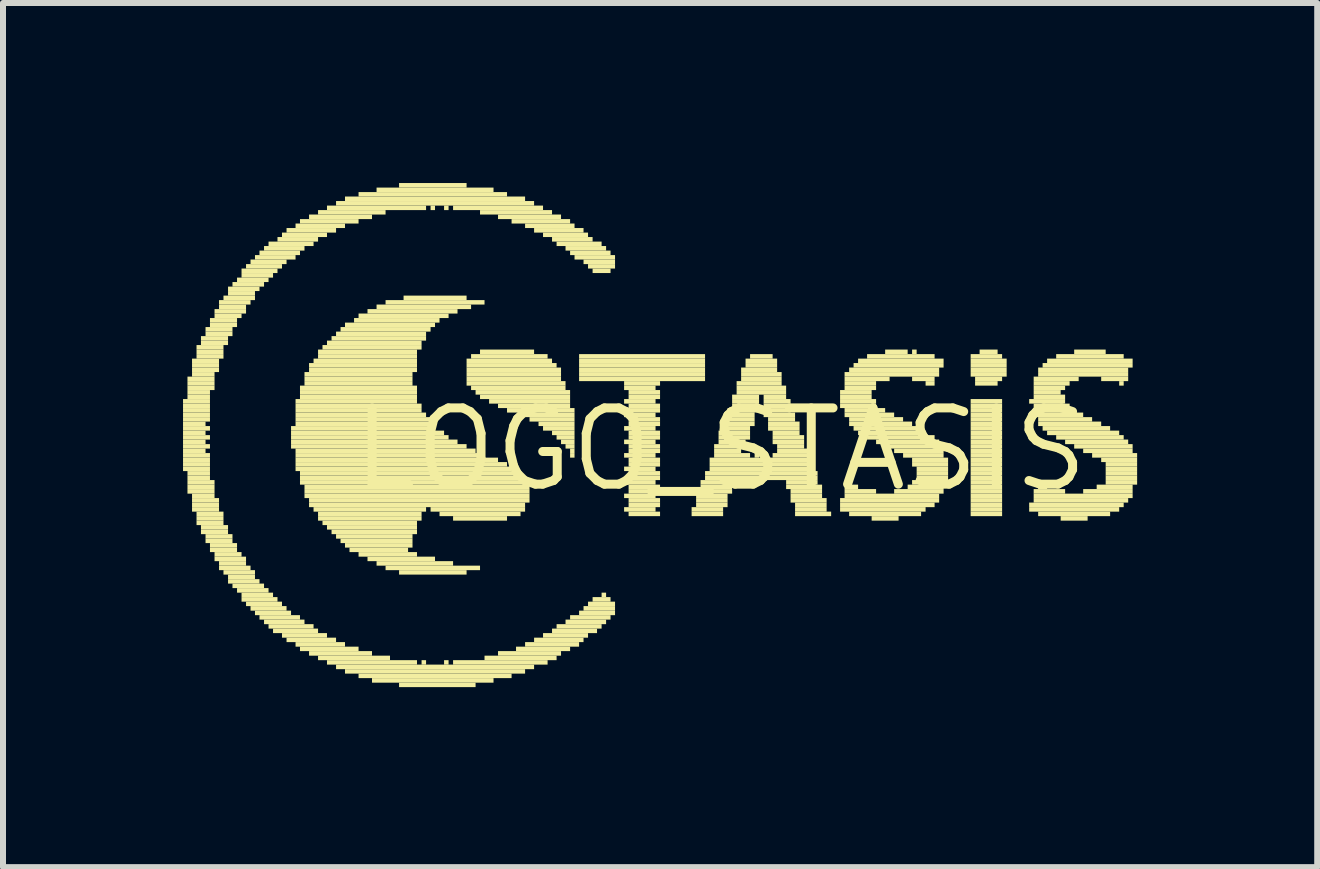
<source format=kicad_pcb>
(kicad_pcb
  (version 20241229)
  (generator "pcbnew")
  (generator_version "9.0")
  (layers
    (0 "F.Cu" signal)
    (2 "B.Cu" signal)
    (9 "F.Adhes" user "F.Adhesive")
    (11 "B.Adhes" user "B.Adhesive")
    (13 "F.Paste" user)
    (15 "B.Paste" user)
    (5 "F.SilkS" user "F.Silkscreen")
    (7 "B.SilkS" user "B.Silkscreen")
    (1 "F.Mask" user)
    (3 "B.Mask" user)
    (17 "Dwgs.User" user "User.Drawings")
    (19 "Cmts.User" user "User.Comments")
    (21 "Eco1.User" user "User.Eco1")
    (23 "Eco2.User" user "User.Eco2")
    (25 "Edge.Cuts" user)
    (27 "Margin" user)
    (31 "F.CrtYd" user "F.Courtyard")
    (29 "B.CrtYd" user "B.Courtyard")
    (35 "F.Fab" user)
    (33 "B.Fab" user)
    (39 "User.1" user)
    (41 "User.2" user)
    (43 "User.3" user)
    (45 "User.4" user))
  (footprint "LOGO_STASIS"
    (layer "F.Cu")
    (at 8.957 4.438)
    (property "Reference" "LOGO_STASIS" (at 0 0 0) (unlocked yes) (layer "F.SilkS") (effects (font (size 1.27 1.27) (thickness 0.15))))
    (fp_poly (pts (xy -8.957 -0.762) (xy -8.508 -0.762) (xy -8.508 -0.838) (xy -8.957 -0.838)) (stroke (width 0) (type default)) (fill yes) (layer "F.SilkS"))
    (fp_poly (pts (xy -8.957 -0.688) (xy -8.508 -0.688) (xy -8.508 -0.762) (xy -8.957 -0.762)) (stroke (width 0) (type default)) (fill yes) (layer "F.SilkS"))
    (fp_poly (pts (xy -8.957 -0.613) (xy -8.508 -0.613) (xy -8.508 -0.688) (xy -8.957 -0.688)) (stroke (width 0) (type default)) (fill yes) (layer "F.SilkS"))
    (fp_poly (pts (xy -8.957 -0.537) (xy -8.508 -0.537) (xy -8.508 -0.613) (xy -8.957 -0.613)) (stroke (width 0) (type default)) (fill yes) (layer "F.SilkS"))
    (fp_poly (pts (xy -8.957 -0.463) (xy -8.508 -0.463) (xy -8.508 -0.537) (xy -8.957 -0.537)) (stroke (width 0) (type default)) (fill yes) (layer "F.SilkS"))
    (fp_poly (pts (xy -8.957 -0.388) (xy -8.582 -0.388) (xy -8.582 -0.463) (xy -8.957 -0.463)) (stroke (width 0) (type default)) (fill yes) (layer "F.SilkS"))
    (fp_poly (pts (xy -8.957 -0.312) (xy -8.508 -0.312) (xy -8.508 -0.388) (xy -8.957 -0.388)) (stroke (width 0) (type default)) (fill yes) (layer "F.SilkS"))
    (fp_poly (pts (xy -8.957 -0.237) (xy -8.582 -0.237) (xy -8.582 -0.312) (xy -8.957 -0.312)) (stroke (width 0) (type default)) (fill yes) (layer "F.SilkS"))
    (fp_poly (pts (xy -8.957 -0.163) (xy -8.508 -0.163) (xy -8.508 -0.237) (xy -8.957 -0.237)) (stroke (width 0) (type default)) (fill yes) (layer "F.SilkS"))
    (fp_poly (pts (xy -8.957 -0.087) (xy -8.582 -0.087) (xy -8.582 -0.163) (xy -8.957 -0.163)) (stroke (width 0) (type default)) (fill yes) (layer "F.SilkS"))
    (fp_poly (pts (xy -8.957 -0.013) (xy -8.508 -0.013) (xy -8.508 -0.087) (xy -8.957 -0.087)) (stroke (width 0) (type default)) (fill yes) (layer "F.SilkS"))
    (fp_poly (pts (xy -8.957 0.062) (xy -8.582 0.062) (xy -8.582 -0.013) (xy -8.957 -0.013)) (stroke (width 0) (type default)) (fill yes) (layer "F.SilkS"))
    (fp_poly (pts (xy -8.957 0.138) (xy -8.508 0.138) (xy -8.508 0.062) (xy -8.957 0.062)) (stroke (width 0) (type default)) (fill yes) (layer "F.SilkS"))
    (fp_poly (pts (xy -8.957 0.212) (xy -8.508 0.212) (xy -8.508 0.138) (xy -8.957 0.138)) (stroke (width 0) (type default)) (fill yes) (layer "F.SilkS"))
    (fp_poly (pts (xy -8.957 0.287) (xy -8.508 0.287) (xy -8.508 0.212) (xy -8.957 0.212)) (stroke (width 0) (type default)) (fill yes) (layer "F.SilkS"))
    (fp_poly (pts (xy -8.957 0.362) (xy -8.508 0.362) (xy -8.508 0.287) (xy -8.957 0.287)) (stroke (width 0) (type default)) (fill yes) (layer "F.SilkS"))
    (fp_poly (pts (xy -8.883 -1.137) (xy -8.432 -1.137) (xy -8.432 -1.212) (xy -8.883 -1.212)) (stroke (width 0) (type default)) (fill yes) (layer "F.SilkS"))
    (fp_poly (pts (xy -8.883 -1.062) (xy -8.432 -1.062) (xy -8.432 -1.137) (xy -8.883 -1.137)) (stroke (width 0) (type default)) (fill yes) (layer "F.SilkS"))
    (fp_poly (pts (xy -8.883 -0.988) (xy -8.432 -0.988) (xy -8.432 -1.062) (xy -8.883 -1.062)) (stroke (width 0) (type default)) (fill yes) (layer "F.SilkS"))
    (fp_poly (pts (xy -8.883 -0.912) (xy -8.508 -0.912) (xy -8.508 -0.988) (xy -8.883 -0.988)) (stroke (width 0) (type default)) (fill yes) (layer "F.SilkS"))
    (fp_poly (pts (xy -8.883 -0.838) (xy -8.508 -0.838) (xy -8.508 -0.912) (xy -8.883 -0.912)) (stroke (width 0) (type default)) (fill yes) (layer "F.SilkS"))
    (fp_poly (pts (xy -8.883 0.438) (xy -8.508 0.438) (xy -8.508 0.362) (xy -8.883 0.362)) (stroke (width 0) (type default)) (fill yes) (layer "F.SilkS"))
    (fp_poly (pts (xy -8.883 0.512) (xy -8.508 0.512) (xy -8.508 0.438) (xy -8.883 0.438)) (stroke (width 0) (type default)) (fill yes) (layer "F.SilkS"))
    (fp_poly (pts (xy -8.883 0.588) (xy -8.432 0.588) (xy -8.432 0.512) (xy -8.883 0.512)) (stroke (width 0) (type default)) (fill yes) (layer "F.SilkS"))
    (fp_poly (pts (xy -8.883 0.662) (xy -8.432 0.662) (xy -8.432 0.588) (xy -8.883 0.588)) (stroke (width 0) (type default)) (fill yes) (layer "F.SilkS"))
    (fp_poly (pts (xy -8.883 0.738) (xy -8.432 0.738) (xy -8.432 0.662) (xy -8.883 0.662)) (stroke (width 0) (type default)) (fill yes) (layer "F.SilkS"))
    (fp_poly (pts (xy -8.807 -1.438) (xy -8.357 -1.438) (xy -8.357 -1.512) (xy -8.807 -1.512)) (stroke (width 0) (type default)) (fill yes) (layer "F.SilkS"))
    (fp_poly (pts (xy -8.807 -1.363) (xy -8.357 -1.363) (xy -8.357 -1.438) (xy -8.807 -1.438)) (stroke (width 0) (type default)) (fill yes) (layer "F.SilkS"))
    (fp_poly (pts (xy -8.807 -1.288) (xy -8.357 -1.288) (xy -8.357 -1.363) (xy -8.807 -1.363)) (stroke (width 0) (type default)) (fill yes) (layer "F.SilkS"))
    (fp_poly (pts (xy -8.807 -1.212) (xy -8.432 -1.212) (xy -8.432 -1.288) (xy -8.807 -1.288)) (stroke (width 0) (type default)) (fill yes) (layer "F.SilkS"))
    (fp_poly (pts (xy -8.807 0.812) (xy -8.432 0.812) (xy -8.432 0.738) (xy -8.807 0.738)) (stroke (width 0) (type default)) (fill yes) (layer "F.SilkS"))
    (fp_poly (pts (xy -8.807 0.887) (xy -8.357 0.887) (xy -8.357 0.812) (xy -8.807 0.812)) (stroke (width 0) (type default)) (fill yes) (layer "F.SilkS"))
    (fp_poly (pts (xy -8.807 0.963) (xy -8.357 0.963) (xy -8.357 0.887) (xy -8.807 0.887)) (stroke (width 0) (type default)) (fill yes) (layer "F.SilkS"))
    (fp_poly (pts (xy -8.807 1.038) (xy -8.357 1.038) (xy -8.357 0.963) (xy -8.807 0.963)) (stroke (width 0) (type default)) (fill yes) (layer "F.SilkS"))
    (fp_poly (pts (xy -8.732 -1.663) (xy -8.283 -1.663) (xy -8.283 -1.738) (xy -8.732 -1.738)) (stroke (width 0) (type default)) (fill yes) (layer "F.SilkS"))
    (fp_poly (pts (xy -8.732 -1.587) (xy -8.283 -1.587) (xy -8.283 -1.663) (xy -8.732 -1.663)) (stroke (width 0) (type default)) (fill yes) (layer "F.SilkS"))
    (fp_poly (pts (xy -8.732 -1.512) (xy -8.283 -1.512) (xy -8.283 -1.587) (xy -8.732 -1.587)) (stroke (width 0) (type default)) (fill yes) (layer "F.SilkS"))
    (fp_poly (pts (xy -8.732 1.113) (xy -8.283 1.113) (xy -8.283 1.038) (xy -8.732 1.038)) (stroke (width 0) (type default)) (fill yes) (layer "F.SilkS"))
    (fp_poly (pts (xy -8.732 1.188) (xy -8.283 1.188) (xy -8.283 1.113) (xy -8.732 1.113)) (stroke (width 0) (type default)) (fill yes) (layer "F.SilkS"))
    (fp_poly (pts (xy -8.732 1.262) (xy -8.283 1.262) (xy -8.283 1.188) (xy -8.732 1.188)) (stroke (width 0) (type default)) (fill yes) (layer "F.SilkS"))
    (fp_poly (pts (xy -8.658 -1.812) (xy -8.207 -1.812) (xy -8.207 -1.887) (xy -8.658 -1.887)) (stroke (width 0) (type default)) (fill yes) (layer "F.SilkS"))
    (fp_poly (pts (xy -8.658 -1.738) (xy -8.207 -1.738) (xy -8.207 -1.812) (xy -8.658 -1.812)) (stroke (width 0) (type default)) (fill yes) (layer "F.SilkS"))
    (fp_poly (pts (xy -8.658 1.337) (xy -8.207 1.337) (xy -8.207 1.262) (xy -8.658 1.262)) (stroke (width 0) (type default)) (fill yes) (layer "F.SilkS"))
    (fp_poly (pts (xy -8.658 1.413) (xy -8.207 1.413) (xy -8.207 1.337) (xy -8.658 1.337)) (stroke (width 0) (type default)) (fill yes) (layer "F.SilkS"))
    (fp_poly (pts (xy -8.582 -1.962) (xy -8.133 -1.962) (xy -8.133 -2.038) (xy -8.582 -2.038)) (stroke (width 0) (type default)) (fill yes) (layer "F.SilkS"))
    (fp_poly (pts (xy -8.582 -1.887) (xy -8.133 -1.887) (xy -8.133 -1.962) (xy -8.582 -1.962)) (stroke (width 0) (type default)) (fill yes) (layer "F.SilkS"))
    (fp_poly (pts (xy -8.582 1.488) (xy -8.133 1.488) (xy -8.133 1.413) (xy -8.582 1.413)) (stroke (width 0) (type default)) (fill yes) (layer "F.SilkS"))
    (fp_poly (pts (xy -8.582 1.562) (xy -8.133 1.562) (xy -8.133 1.488) (xy -8.582 1.488)) (stroke (width 0) (type default)) (fill yes) (layer "F.SilkS"))
    (fp_poly (pts (xy -8.508 -2.112) (xy -8.057 -2.112) (xy -8.057 -2.188) (xy -8.508 -2.188)) (stroke (width 0) (type default)) (fill yes) (layer "F.SilkS"))
    (fp_poly (pts (xy -8.508 -2.038) (xy -8.057 -2.038) (xy -8.057 -2.112) (xy -8.508 -2.112)) (stroke (width 0) (type default)) (fill yes) (layer "F.SilkS"))
    (fp_poly (pts (xy -8.508 1.637) (xy -8.057 1.637) (xy -8.057 1.562) (xy -8.508 1.562)) (stroke (width 0) (type default)) (fill yes) (layer "F.SilkS"))
    (fp_poly (pts (xy -8.508 1.712) (xy -8.057 1.712) (xy -8.057 1.637) (xy -8.508 1.637)) (stroke (width 0) (type default)) (fill yes) (layer "F.SilkS"))
    (fp_poly (pts (xy -8.432 -2.263) (xy -7.907 -2.263) (xy -7.907 -2.337) (xy -8.432 -2.337)) (stroke (width 0) (type default)) (fill yes) (layer "F.SilkS"))
    (fp_poly (pts (xy -8.432 -2.188) (xy -7.982 -2.188) (xy -7.982 -2.263) (xy -8.432 -2.263)) (stroke (width 0) (type default)) (fill yes) (layer "F.SilkS"))
    (fp_poly (pts (xy -8.432 1.788) (xy -7.982 1.788) (xy -7.982 1.712) (xy -8.432 1.712)) (stroke (width 0) (type default)) (fill yes) (layer "F.SilkS"))
    (fp_poly (pts (xy -8.432 1.863) (xy -7.907 1.863) (xy -7.907 1.788) (xy -8.432 1.788)) (stroke (width 0) (type default)) (fill yes) (layer "F.SilkS"))
    (fp_poly (pts (xy -8.357 -2.413) (xy -7.832 -2.413) (xy -7.832 -2.487) (xy -8.357 -2.487)) (stroke (width 0) (type default)) (fill yes) (layer "F.SilkS"))
    (fp_poly (pts (xy -8.357 -2.337) (xy -7.907 -2.337) (xy -7.907 -2.413) (xy -8.357 -2.413)) (stroke (width 0) (type default)) (fill yes) (layer "F.SilkS"))
    (fp_poly (pts (xy -8.357 1.938) (xy -7.907 1.938) (xy -7.907 1.863) (xy -8.357 1.863)) (stroke (width 0) (type default)) (fill yes) (layer "F.SilkS"))
    (fp_poly (pts (xy -8.357 2.013) (xy -7.832 2.013) (xy -7.832 1.938) (xy -8.357 1.938)) (stroke (width 0) (type default)) (fill yes) (layer "F.SilkS"))
    (fp_poly (pts (xy -8.283 -2.487) (xy -7.758 -2.487) (xy -7.758 -2.562) (xy -8.283 -2.562)) (stroke (width 0) (type default)) (fill yes) (layer "F.SilkS"))
    (fp_poly (pts (xy -8.283 2.087) (xy -7.758 2.087) (xy -7.758 2.013) (xy -8.283 2.013)) (stroke (width 0) (type default)) (fill yes) (layer "F.SilkS"))
    (fp_poly (pts (xy -8.207 -2.638) (xy -7.683 -2.638) (xy -7.683 -2.712) (xy -8.207 -2.712)) (stroke (width 0) (type default)) (fill yes) (layer "F.SilkS"))
    (fp_poly (pts (xy -8.207 -2.562) (xy -7.758 -2.562) (xy -7.758 -2.638) (xy -8.207 -2.638)) (stroke (width 0) (type default)) (fill yes) (layer "F.SilkS"))
    (fp_poly (pts (xy -8.207 2.163) (xy -7.758 2.163) (xy -7.758 2.087) (xy -8.207 2.087)) (stroke (width 0) (type default)) (fill yes) (layer "F.SilkS"))
    (fp_poly (pts (xy -8.207 2.237) (xy -7.683 2.237) (xy -7.683 2.163) (xy -8.207 2.163)) (stroke (width 0) (type default)) (fill yes) (layer "F.SilkS"))
    (fp_poly (pts (xy -8.133 -2.712) (xy -7.607 -2.712) (xy -7.607 -2.788) (xy -8.133 -2.788)) (stroke (width 0) (type default)) (fill yes) (layer "F.SilkS"))
    (fp_poly (pts (xy -8.133 2.312) (xy -7.607 2.312) (xy -7.607 2.237) (xy -8.133 2.237)) (stroke (width 0) (type default)) (fill yes) (layer "F.SilkS"))
    (fp_poly (pts (xy -8.057 -2.788) (xy -7.532 -2.788) (xy -7.532 -2.862) (xy -8.057 -2.862)) (stroke (width 0) (type default)) (fill yes) (layer "F.SilkS"))
    (fp_poly (pts (xy -8.057 2.388) (xy -7.532 2.388) (xy -7.532 2.312) (xy -8.057 2.312)) (stroke (width 0) (type default)) (fill yes) (layer "F.SilkS"))
    (fp_poly (pts (xy -7.982 -2.938) (xy -7.383 -2.938) (xy -7.383 -3.013) (xy -7.982 -3.013)) (stroke (width 0) (type default)) (fill yes) (layer "F.SilkS"))
    (fp_poly (pts (xy -7.982 -2.862) (xy -7.457 -2.862) (xy -7.457 -2.938) (xy -7.982 -2.938)) (stroke (width 0) (type default)) (fill yes) (layer "F.SilkS"))
    (fp_poly (pts (xy -7.982 2.462) (xy -7.457 2.462) (xy -7.457 2.388) (xy -7.982 2.388)) (stroke (width 0) (type default)) (fill yes) (layer "F.SilkS"))
    (fp_poly (pts (xy -7.982 2.538) (xy -7.383 2.538) (xy -7.383 2.462) (xy -7.982 2.462)) (stroke (width 0) (type default)) (fill yes) (layer "F.SilkS"))
    (fp_poly (pts (xy -7.907 -3.013) (xy -7.308 -3.013) (xy -7.308 -3.087) (xy -7.907 -3.087)) (stroke (width 0) (type default)) (fill yes) (layer "F.SilkS"))
    (fp_poly (pts (xy -7.907 2.612) (xy -7.308 2.612) (xy -7.308 2.538) (xy -7.907 2.538)) (stroke (width 0) (type default)) (fill yes) (layer "F.SilkS"))
    (fp_poly (pts (xy -7.832 -3.087) (xy -7.232 -3.087) (xy -7.232 -3.163) (xy -7.832 -3.163)) (stroke (width 0) (type default)) (fill yes) (layer "F.SilkS"))
    (fp_poly (pts (xy -7.832 2.688) (xy -7.232 2.688) (xy -7.232 2.612) (xy -7.832 2.612)) (stroke (width 0) (type default)) (fill yes) (layer "F.SilkS"))
    (fp_poly (pts (xy -7.758 -3.163) (xy -7.082 -3.163) (xy -7.082 -3.237) (xy -7.758 -3.237)) (stroke (width 0) (type default)) (fill yes) (layer "F.SilkS"))
    (fp_poly (pts (xy -7.758 2.763) (xy -7.157 2.763) (xy -7.157 2.688) (xy -7.758 2.688)) (stroke (width 0) (type default)) (fill yes) (layer "F.SilkS"))
    (fp_poly (pts (xy -7.683 -3.237) (xy -7.008 -3.237) (xy -7.008 -3.312) (xy -7.683 -3.312)) (stroke (width 0) (type default)) (fill yes) (layer "F.SilkS"))
    (fp_poly (pts (xy -7.683 2.837) (xy -7.008 2.837) (xy -7.008 2.763) (xy -7.683 2.763)) (stroke (width 0) (type default)) (fill yes) (layer "F.SilkS"))
    (fp_poly (pts (xy -7.607 -3.312) (xy -6.933 -3.312) (xy -6.933 -3.388) (xy -7.607 -3.388)) (stroke (width 0) (type default)) (fill yes) (layer "F.SilkS"))
    (fp_poly (pts (xy -7.607 2.913) (xy -6.933 2.913) (xy -6.933 2.837) (xy -7.607 2.837)) (stroke (width 0) (type default)) (fill yes) (layer "F.SilkS"))
    (fp_poly (pts (xy -7.532 -3.388) (xy -6.782 -3.388) (xy -6.782 -3.462) (xy -7.532 -3.462)) (stroke (width 0) (type default)) (fill yes) (layer "F.SilkS"))
    (fp_poly (pts (xy -7.532 2.987) (xy -6.782 2.987) (xy -6.782 2.913) (xy -7.532 2.913)) (stroke (width 0) (type default)) (fill yes) (layer "F.SilkS"))
    (fp_poly (pts (xy -7.457 3.062) (xy -6.707 3.062) (xy -6.707 2.987) (xy -7.457 2.987)) (stroke (width 0) (type default)) (fill yes) (layer "F.SilkS"))
    (fp_poly (pts (xy -7.383 -3.462) (xy -6.707 -3.462) (xy -6.707 -3.538) (xy -7.383 -3.538)) (stroke (width 0) (type default)) (fill yes) (layer "F.SilkS"))
    (fp_poly (pts (xy -7.308 -3.538) (xy -6.558 -3.538) (xy -6.558 -3.612) (xy -7.308 -3.612)) (stroke (width 0) (type default)) (fill yes) (layer "F.SilkS"))
    (fp_poly (pts (xy -7.308 3.138) (xy -6.558 3.138) (xy -6.558 3.062) (xy -7.308 3.062)) (stroke (width 0) (type default)) (fill yes) (layer "F.SilkS"))
    (fp_poly (pts (xy -7.232 -3.612) (xy -6.407 -3.612) (xy -6.407 -3.688) (xy -7.232 -3.688)) (stroke (width 0) (type default)) (fill yes) (layer "F.SilkS"))
    (fp_poly (pts (xy -7.232 3.212) (xy -6.407 3.212) (xy -6.407 3.138) (xy -7.232 3.138)) (stroke (width 0) (type default)) (fill yes) (layer "F.SilkS"))
    (fp_poly (pts (xy -7.157 -0.312) (xy -4.758 -0.312) (xy -4.758 -0.388) (xy -7.157 -0.388)) (stroke (width 0) (type default)) (fill yes) (layer "F.SilkS"))
    (fp_poly (pts (xy -7.157 -0.237) (xy -4.607 -0.237) (xy -4.607 -0.312) (xy -7.157 -0.312)) (stroke (width 0) (type default)) (fill yes) (layer "F.SilkS"))
    (fp_poly (pts (xy -7.157 -0.163) (xy -4.532 -0.163) (xy -4.532 -0.237) (xy -7.157 -0.237)) (stroke (width 0) (type default)) (fill yes) (layer "F.SilkS"))
    (fp_poly (pts (xy -7.157 -0.087) (xy -4.383 -0.087) (xy -4.383 -0.163) (xy -7.157 -0.163)) (stroke (width 0) (type default)) (fill yes) (layer "F.SilkS"))
    (fp_poly (pts (xy -7.157 -0.013) (xy -4.232 -0.013) (xy -4.232 -0.087) (xy -7.157 -0.087)) (stroke (width 0) (type default)) (fill yes) (layer "F.SilkS"))
    (fp_poly (pts (xy -7.082 -3.688) (xy -6.258 -3.688) (xy -6.258 -3.763) (xy -7.082 -3.763)) (stroke (width 0) (type default)) (fill yes) (layer "F.SilkS"))
    (fp_poly (pts (xy -7.082 -0.762) (xy -5.058 -0.762) (xy -5.058 -0.838) (xy -7.082 -0.838)) (stroke (width 0) (type default)) (fill yes) (layer "F.SilkS"))
    (fp_poly (pts (xy -7.082 -0.688) (xy -4.982 -0.688) (xy -4.982 -0.762) (xy -7.082 -0.762)) (stroke (width 0) (type default)) (fill yes) (layer "F.SilkS"))
    (fp_poly (pts (xy -7.082 -0.613) (xy -4.982 -0.613) (xy -4.982 -0.688) (xy -7.082 -0.688)) (stroke (width 0) (type default)) (fill yes) (layer "F.SilkS"))
    (fp_poly (pts (xy -7.082 -0.537) (xy -4.907 -0.537) (xy -4.907 -0.613) (xy -7.082 -0.613)) (stroke (width 0) (type default)) (fill yes) (layer "F.SilkS"))
    (fp_poly (pts (xy -7.082 -0.463) (xy -4.832 -0.463) (xy -4.832 -0.537) (xy -7.082 -0.537)) (stroke (width 0) (type default)) (fill yes) (layer "F.SilkS"))
    (fp_poly (pts (xy -7.082 -0.388) (xy -4.832 -0.388) (xy -4.832 -0.463) (xy -7.082 -0.463)) (stroke (width 0) (type default)) (fill yes) (layer "F.SilkS"))
    (fp_poly (pts (xy -7.082 0.062) (xy -4.082 0.062) (xy -4.082 -0.013) (xy -7.082 -0.013)) (stroke (width 0) (type default)) (fill yes) (layer "F.SilkS"))
    (fp_poly (pts (xy -7.082 0.138) (xy -3.933 0.138) (xy -3.933 0.062) (xy -7.082 0.062)) (stroke (width 0) (type default)) (fill yes) (layer "F.SilkS"))
    (fp_poly (pts (xy -7.082 0.212) (xy -3.708 0.212) (xy -3.708 0.138) (xy -7.082 0.138)) (stroke (width 0) (type default)) (fill yes) (layer "F.SilkS"))
    (fp_poly (pts (xy -7.082 0.287) (xy -3.558 0.287) (xy -3.558 0.212) (xy -7.082 0.212)) (stroke (width 0) (type default)) (fill yes) (layer "F.SilkS"))
    (fp_poly (pts (xy -7.082 0.362) (xy -3.482 0.362) (xy -3.482 0.287) (xy -7.082 0.287)) (stroke (width 0) (type default)) (fill yes) (layer "F.SilkS"))
    (fp_poly (pts (xy -7.082 3.288) (xy -6.258 3.288) (xy -6.258 3.212) (xy -7.082 3.212)) (stroke (width 0) (type default)) (fill yes) (layer "F.SilkS"))
    (fp_poly (pts (xy -7.008 -3.763) (xy -6.032 -3.763) (xy -6.032 -3.837) (xy -7.008 -3.837)) (stroke (width 0) (type default)) (fill yes) (layer "F.SilkS"))
    (fp_poly (pts (xy -7.008 -0.988) (xy -5.058 -0.988) (xy -5.058 -1.062) (xy -7.008 -1.062)) (stroke (width 0) (type default)) (fill yes) (layer "F.SilkS"))
    (fp_poly (pts (xy -7.008 -0.912) (xy -5.058 -0.912) (xy -5.058 -0.988) (xy -7.008 -0.988)) (stroke (width 0) (type default)) (fill yes) (layer "F.SilkS"))
    (fp_poly (pts (xy -7.008 -0.838) (xy -5.058 -0.838) (xy -5.058 -0.912) (xy -7.008 -0.912)) (stroke (width 0) (type default)) (fill yes) (layer "F.SilkS"))
    (fp_poly (pts (xy -7.008 0.438) (xy -3.333 0.438) (xy -3.333 0.362) (xy -7.008 0.362)) (stroke (width 0) (type default)) (fill yes) (layer "F.SilkS"))
    (fp_poly (pts (xy -7.008 0.512) (xy -3.257 0.512) (xy -3.257 0.438) (xy -7.008 0.438)) (stroke (width 0) (type default)) (fill yes) (layer "F.SilkS"))
    (fp_poly (pts (xy -7.008 0.588) (xy -3.257 0.588) (xy -3.257 0.512) (xy -7.008 0.512)) (stroke (width 0) (type default)) (fill yes) (layer "F.SilkS"))
    (fp_poly (pts (xy -7.008 3.362) (xy -6.032 3.362) (xy -6.032 3.288) (xy -7.008 3.288)) (stroke (width 0) (type default)) (fill yes) (layer "F.SilkS"))
    (fp_poly (pts (xy -6.933 -1.212) (xy -5.133 -1.212) (xy -5.133 -1.288) (xy -6.933 -1.288)) (stroke (width 0) (type default)) (fill yes) (layer "F.SilkS"))
    (fp_poly (pts (xy -6.933 -1.137) (xy -5.133 -1.137) (xy -5.133 -1.212) (xy -6.933 -1.212)) (stroke (width 0) (type default)) (fill yes) (layer "F.SilkS"))
    (fp_poly (pts (xy -6.933 -1.062) (xy -5.133 -1.062) (xy -5.133 -1.137) (xy -6.933 -1.137)) (stroke (width 0) (type default)) (fill yes) (layer "F.SilkS"))
    (fp_poly (pts (xy -6.933 0.662) (xy -3.183 0.662) (xy -3.183 0.588) (xy -6.933 0.588)) (stroke (width 0) (type default)) (fill yes) (layer "F.SilkS"))
    (fp_poly (pts (xy -6.933 0.738) (xy -3.183 0.738) (xy -3.183 0.662) (xy -6.933 0.662)) (stroke (width 0) (type default)) (fill yes) (layer "F.SilkS"))
    (fp_poly (pts (xy -6.933 0.812) (xy -3.183 0.812) (xy -3.183 0.738) (xy -6.933 0.738)) (stroke (width 0) (type default)) (fill yes) (layer "F.SilkS"))
    (fp_poly (pts (xy -6.857 -3.837) (xy -5.808 -3.837) (xy -5.808 -3.913) (xy -6.857 -3.913)) (stroke (width 0) (type default)) (fill yes) (layer "F.SilkS"))
    (fp_poly (pts (xy -6.857 -1.363) (xy -5.058 -1.363) (xy -5.058 -1.438) (xy -6.857 -1.438)) (stroke (width 0) (type default)) (fill yes) (layer "F.SilkS"))
    (fp_poly (pts (xy -6.857 -1.288) (xy -5.058 -1.288) (xy -5.058 -1.363) (xy -6.857 -1.363)) (stroke (width 0) (type default)) (fill yes) (layer "F.SilkS"))
    (fp_poly (pts (xy -6.857 0.887) (xy -3.183 0.887) (xy -3.183 0.812) (xy -6.857 0.812)) (stroke (width 0) (type default)) (fill yes) (layer "F.SilkS"))
    (fp_poly (pts (xy -6.857 0.963) (xy -3.257 0.963) (xy -3.257 0.887) (xy -6.857 0.887)) (stroke (width 0) (type default)) (fill yes) (layer "F.SilkS"))
    (fp_poly (pts (xy -6.857 3.438) (xy -5.808 3.438) (xy -5.808 3.362) (xy -6.857 3.362)) (stroke (width 0) (type default)) (fill yes) (layer "F.SilkS"))
    (fp_poly (pts (xy -6.782 -1.438) (xy -5.058 -1.438) (xy -5.058 -1.512) (xy -6.782 -1.512)) (stroke (width 0) (type default)) (fill yes) (layer "F.SilkS"))
    (fp_poly (pts (xy -6.782 1.038) (xy -4.907 1.038) (xy -4.907 0.963) (xy -6.782 0.963)) (stroke (width 0) (type default)) (fill yes) (layer "F.SilkS"))
    (fp_poly (pts (xy -6.707 -3.913) (xy -5.582 -3.913) (xy -5.582 -3.987) (xy -6.707 -3.987)) (stroke (width 0) (type default)) (fill yes) (layer "F.SilkS"))
    (fp_poly (pts (xy -6.707 -1.587) (xy -5.058 -1.587) (xy -5.058 -1.663) (xy -6.707 -1.663)) (stroke (width 0) (type default)) (fill yes) (layer "F.SilkS"))
    (fp_poly (pts (xy -6.707 -1.512) (xy -5.058 -1.512) (xy -5.058 -1.587) (xy -6.707 -1.587)) (stroke (width 0) (type default)) (fill yes) (layer "F.SilkS"))
    (fp_poly (pts (xy -6.707 1.113) (xy -4.982 1.113) (xy -4.982 1.038) (xy -6.707 1.038)) (stroke (width 0) (type default)) (fill yes) (layer "F.SilkS"))
    (fp_poly (pts (xy -6.707 1.188) (xy -4.982 1.188) (xy -4.982 1.113) (xy -6.707 1.113)) (stroke (width 0) (type default)) (fill yes) (layer "F.SilkS"))
    (fp_poly (pts (xy -6.707 3.513) (xy -5.508 3.513) (xy -5.508 3.438) (xy -6.707 3.438)) (stroke (width 0) (type default)) (fill yes) (layer "F.SilkS"))
    (fp_poly (pts (xy -6.633 -1.663) (xy -4.982 -1.663) (xy -4.982 -1.738) (xy -6.633 -1.738)) (stroke (width 0) (type default)) (fill yes) (layer "F.SilkS"))
    (fp_poly (pts (xy -6.633 1.262) (xy -5.058 1.262) (xy -5.058 1.188) (xy -6.633 1.188)) (stroke (width 0) (type default)) (fill yes) (layer "F.SilkS"))
    (fp_poly (pts (xy -6.558 -3.987) (xy -4.907 -3.987) (xy -4.907 -4.062) (xy -6.558 -4.062)) (stroke (width 0) (type default)) (fill yes) (layer "F.SilkS"))
    (fp_poly (pts (xy -6.558 -1.738) (xy -4.982 -1.738) (xy -4.982 -1.812) (xy -6.558 -1.812)) (stroke (width 0) (type default)) (fill yes) (layer "F.SilkS"))
    (fp_poly (pts (xy -6.558 1.337) (xy -5.058 1.337) (xy -5.058 1.262) (xy -6.558 1.262)) (stroke (width 0) (type default)) (fill yes) (layer "F.SilkS"))
    (fp_poly (pts (xy -6.558 3.587) (xy -5.058 3.587) (xy -5.058 3.513) (xy -6.558 3.513)) (stroke (width 0) (type default)) (fill yes) (layer "F.SilkS"))
    (fp_poly (pts (xy -6.482 -1.812) (xy -4.907 -1.812) (xy -4.907 -1.887) (xy -6.482 -1.887)) (stroke (width 0) (type default)) (fill yes) (layer "F.SilkS"))
    (fp_poly (pts (xy -6.482 1.413) (xy -5.058 1.413) (xy -5.058 1.337) (xy -6.482 1.337)) (stroke (width 0) (type default)) (fill yes) (layer "F.SilkS"))
    (fp_poly (pts (xy -6.407 -4.062) (xy -3.107 -4.062) (xy -3.107 -4.138) (xy -6.407 -4.138)) (stroke (width 0) (type default)) (fill yes) (layer "F.SilkS"))
    (fp_poly (pts (xy -6.407 -1.887) (xy -4.907 -1.887) (xy -4.907 -1.962) (xy -6.407 -1.962)) (stroke (width 0) (type default)) (fill yes) (layer "F.SilkS"))
    (fp_poly (pts (xy -6.407 1.488) (xy -5.133 1.488) (xy -5.133 1.413) (xy -6.407 1.413)) (stroke (width 0) (type default)) (fill yes) (layer "F.SilkS"))
    (fp_poly (pts (xy -6.407 3.663) (xy -3.107 3.663) (xy -3.107 3.587) (xy -6.407 3.587)) (stroke (width 0) (type default)) (fill yes) (layer "F.SilkS"))
    (fp_poly (pts (xy -6.332 -1.962) (xy -4.832 -1.962) (xy -4.832 -2.038) (xy -6.332 -2.038)) (stroke (width 0) (type default)) (fill yes) (layer "F.SilkS"))
    (fp_poly (pts (xy -6.332 1.562) (xy -5.133 1.562) (xy -5.133 1.488) (xy -6.332 1.488)) (stroke (width 0) (type default)) (fill yes) (layer "F.SilkS"))
    (fp_poly (pts (xy -6.258 -4.138) (xy -3.257 -4.138) (xy -3.257 -4.213) (xy -6.258 -4.213)) (stroke (width 0) (type default)) (fill yes) (layer "F.SilkS"))
    (fp_poly (pts (xy -6.258 -2.038) (xy -4.758 -2.038) (xy -4.758 -2.112) (xy -6.258 -2.112)) (stroke (width 0) (type default)) (fill yes) (layer "F.SilkS"))
    (fp_poly (pts (xy -6.258 1.637) (xy -5.133 1.637) (xy -5.133 1.562) (xy -6.258 1.562)) (stroke (width 0) (type default)) (fill yes) (layer "F.SilkS"))
    (fp_poly (pts (xy -6.258 3.737) (xy -3.257 3.737) (xy -3.257 3.663) (xy -6.258 3.663)) (stroke (width 0) (type default)) (fill yes) (layer "F.SilkS"))
    (fp_poly (pts (xy -6.183 1.712) (xy -5.207 1.712) (xy -5.207 1.637) (xy -6.183 1.637)) (stroke (width 0) (type default)) (fill yes) (layer "F.SilkS"))
    (fp_poly (pts (xy -6.107 -2.112) (xy -4.683 -2.112) (xy -4.683 -2.188) (xy -6.107 -2.188)) (stroke (width 0) (type default)) (fill yes) (layer "F.SilkS"))
    (fp_poly (pts (xy -6.032 -4.213) (xy -3.558 -4.213) (xy -3.558 -4.287) (xy -6.032 -4.287)) (stroke (width 0) (type default)) (fill yes) (layer "F.SilkS"))
    (fp_poly (pts (xy -6.032 -2.188) (xy -4.532 -2.188) (xy -4.532 -2.263) (xy -6.032 -2.263)) (stroke (width 0) (type default)) (fill yes) (layer "F.SilkS"))
    (fp_poly (pts (xy -6.032 1.788) (xy -5.058 1.788) (xy -5.058 1.712) (xy -6.032 1.712)) (stroke (width 0) (type default)) (fill yes) (layer "F.SilkS"))
    (fp_poly (pts (xy -6.032 3.812) (xy -3.482 3.812) (xy -3.482 3.737) (xy -6.032 3.737)) (stroke (width 0) (type default)) (fill yes) (layer "F.SilkS"))
    (fp_poly (pts (xy -5.883 -2.263) (xy -4.383 -2.263) (xy -4.383 -2.337) (xy -5.883 -2.337)) (stroke (width 0) (type default)) (fill yes) (layer "F.SilkS"))
    (fp_poly (pts (xy -5.883 1.863) (xy -4.758 1.863) (xy -4.758 1.788) (xy -5.883 1.788)) (stroke (width 0) (type default)) (fill yes) (layer "F.SilkS"))
    (fp_poly (pts (xy -5.808 3.888) (xy -3.783 3.888) (xy -3.783 3.812) (xy -5.808 3.812)) (stroke (width 0) (type default)) (fill yes) (layer "F.SilkS"))
    (fp_poly (pts (xy -5.732 -4.287) (xy -3.783 -4.287) (xy -3.783 -4.362) (xy -5.732 -4.362)) (stroke (width 0) (type default)) (fill yes) (layer "F.SilkS"))
    (fp_poly (pts (xy -5.732 -2.337) (xy -4.157 -2.337) (xy -4.157 -2.413) (xy -5.732 -2.413)) (stroke (width 0) (type default)) (fill yes) (layer "F.SilkS"))
    (fp_poly (pts (xy -5.732 1.938) (xy -4.457 1.938) (xy -4.457 1.863) (xy -5.732 1.863)) (stroke (width 0) (type default)) (fill yes) (layer "F.SilkS"))
    (fp_poly (pts (xy -5.582 -2.413) (xy -3.933 -2.413) (xy -3.933 -2.487) (xy -5.582 -2.487)) (stroke (width 0) (type default)) (fill yes) (layer "F.SilkS"))
    (fp_poly (pts (xy -5.582 2.013) (xy -4.008 2.013) (xy -4.008 1.938) (xy -5.582 1.938)) (stroke (width 0) (type default)) (fill yes) (layer "F.SilkS"))
    (fp_poly (pts (xy -5.357 -4.362) (xy -4.232 -4.362) (xy -4.232 -4.438) (xy -5.357 -4.438)) (stroke (width 0) (type default)) (fill yes) (layer "F.SilkS"))
    (fp_poly (pts (xy -5.357 2.087) (xy -4.232 2.087) (xy -4.232 2.013) (xy -5.357 2.013)) (stroke (width 0) (type default)) (fill yes) (layer "F.SilkS"))
    (fp_poly (pts (xy -5.357 3.962) (xy -4.082 3.962) (xy -4.082 3.888) (xy -5.357 3.888)) (stroke (width 0) (type default)) (fill yes) (layer "F.SilkS"))
    (fp_poly (pts (xy -5.282 -2.487) (xy -4.232 -2.487) (xy -4.232 -2.562) (xy -5.282 -2.562)) (stroke (width 0) (type default)) (fill yes) (layer "F.SilkS"))
    (fp_poly (pts (xy -4.982 3.587) (xy -4.907 3.587) (xy -4.907 3.513) (xy -4.982 3.513)) (stroke (width 0) (type default)) (fill yes) (layer "F.SilkS"))
    (fp_poly (pts (xy -4.832 -3.987) (xy -4.758 -3.987) (xy -4.758 -4.062) (xy -4.832 -4.062)) (stroke (width 0) (type default)) (fill yes) (layer "F.SilkS"))
    (fp_poly (pts (xy -4.832 1.038) (xy -3.257 1.038) (xy -3.257 0.963) (xy -4.832 0.963)) (stroke (width 0) (type default)) (fill yes) (layer "F.SilkS"))
    (fp_poly (pts (xy -4.683 1.113) (xy -3.333 1.113) (xy -3.333 1.038) (xy -4.683 1.038)) (stroke (width 0) (type default)) (fill yes) (layer "F.SilkS"))
    (fp_poly (pts (xy -4.607 -3.987) (xy -4.532 -3.987) (xy -4.532 -4.062) (xy -4.607 -4.062)) (stroke (width 0) (type default)) (fill yes) (layer "F.SilkS"))
    (fp_poly (pts (xy -4.607 3.587) (xy -4.532 3.587) (xy -4.532 3.513) (xy -4.607 3.513)) (stroke (width 0) (type default)) (fill yes) (layer "F.SilkS"))
    (fp_poly (pts (xy -4.457 -3.987) (xy -2.958 -3.987) (xy -2.958 -4.062) (xy -4.457 -4.062)) (stroke (width 0) (type default)) (fill yes) (layer "F.SilkS"))
    (fp_poly (pts (xy -4.457 1.188) (xy -3.558 1.188) (xy -3.558 1.113) (xy -4.457 1.113)) (stroke (width 0) (type default)) (fill yes) (layer "F.SilkS"))
    (fp_poly (pts (xy -4.457 3.587) (xy -2.882 3.587) (xy -2.882 3.513) (xy -4.457 3.513)) (stroke (width 0) (type default)) (fill yes) (layer "F.SilkS"))
    (fp_poly (pts (xy -4.232 -1.438) (xy -2.808 -1.438) (xy -2.808 -1.512) (xy -4.232 -1.512)) (stroke (width 0) (type default)) (fill yes) (layer "F.SilkS"))
    (fp_poly (pts (xy -4.232 -1.363) (xy -2.732 -1.363) (xy -2.732 -1.438) (xy -4.232 -1.438)) (stroke (width 0) (type default)) (fill yes) (layer "F.SilkS"))
    (fp_poly (pts (xy -4.232 -1.288) (xy -2.658 -1.288) (xy -2.658 -1.363) (xy -4.232 -1.363)) (stroke (width 0) (type default)) (fill yes) (layer "F.SilkS"))
    (fp_poly (pts (xy -4.232 -1.212) (xy -2.658 -1.212) (xy -2.658 -1.288) (xy -4.232 -1.288)) (stroke (width 0) (type default)) (fill yes) (layer "F.SilkS"))
    (fp_poly (pts (xy -4.232 -1.137) (xy -2.658 -1.137) (xy -2.658 -1.212) (xy -4.232 -1.212)) (stroke (width 0) (type default)) (fill yes) (layer "F.SilkS"))
    (fp_poly (pts (xy -4.232 -1.062) (xy -2.583 -1.062) (xy -2.583 -1.137) (xy -4.232 -1.137)) (stroke (width 0) (type default)) (fill yes) (layer "F.SilkS"))
    (fp_poly (pts (xy -4.157 -1.512) (xy -2.882 -1.512) (xy -2.882 -1.587) (xy -4.157 -1.587)) (stroke (width 0) (type default)) (fill yes) (layer "F.SilkS"))
    (fp_poly (pts (xy -4.157 -0.988) (xy -2.583 -0.988) (xy -2.583 -1.062) (xy -4.157 -1.062)) (stroke (width 0) (type default)) (fill yes) (layer "F.SilkS"))
    (fp_poly (pts (xy -4.082 -0.912) (xy -2.507 -0.912) (xy -2.507 -0.988) (xy -4.082 -0.988)) (stroke (width 0) (type default)) (fill yes) (layer "F.SilkS"))
    (fp_poly (pts (xy -4.008 -3.913) (xy -2.808 -3.913) (xy -2.808 -3.987) (xy -4.008 -3.987)) (stroke (width 0) (type default)) (fill yes) (layer "F.SilkS"))
    (fp_poly (pts (xy -4.008 -1.587) (xy -3.107 -1.587) (xy -3.107 -1.663) (xy -4.008 -1.663)) (stroke (width 0) (type default)) (fill yes) (layer "F.SilkS"))
    (fp_poly (pts (xy -4.008 -0.838) (xy -2.507 -0.838) (xy -2.507 -0.912) (xy -4.008 -0.912)) (stroke (width 0) (type default)) (fill yes) (layer "F.SilkS"))
    (fp_poly (pts (xy -3.933 3.513) (xy -2.732 3.513) (xy -2.732 3.438) (xy -3.933 3.438)) (stroke (width 0) (type default)) (fill yes) (layer "F.SilkS"))
    (fp_poly (pts (xy -3.857 -0.762) (xy -2.507 -0.762) (xy -2.507 -0.838) (xy -3.857 -0.838)) (stroke (width 0) (type default)) (fill yes) (layer "F.SilkS"))
    (fp_poly (pts (xy -3.708 -3.837) (xy -2.658 -3.837) (xy -2.658 -3.913) (xy -3.708 -3.913)) (stroke (width 0) (type default)) (fill yes) (layer "F.SilkS"))
    (fp_poly (pts (xy -3.708 -0.688) (xy -2.507 -0.688) (xy -2.507 -0.762) (xy -3.708 -0.762)) (stroke (width 0) (type default)) (fill yes) (layer "F.SilkS"))
    (fp_poly (pts (xy -3.708 3.438) (xy -2.658 3.438) (xy -2.658 3.362) (xy -3.708 3.362)) (stroke (width 0) (type default)) (fill yes) (layer "F.SilkS"))
    (fp_poly (pts (xy -3.558 -0.613) (xy -2.433 -0.613) (xy -2.433 -0.688) (xy -3.558 -0.688)) (stroke (width 0) (type default)) (fill yes) (layer "F.SilkS"))
    (fp_poly (pts (xy -3.482 -3.763) (xy -2.507 -3.763) (xy -2.507 -3.837) (xy -3.482 -3.837)) (stroke (width 0) (type default)) (fill yes) (layer "F.SilkS"))
    (fp_poly (pts (xy -3.408 3.362) (xy -2.507 3.362) (xy -2.507 3.288) (xy -3.408 3.288)) (stroke (width 0) (type default)) (fill yes) (layer "F.SilkS"))
    (fp_poly (pts (xy -3.333 -0.537) (xy -2.433 -0.537) (xy -2.433 -0.613) (xy -3.333 -0.613)) (stroke (width 0) (type default)) (fill yes) (layer "F.SilkS"))
    (fp_poly (pts (xy -3.257 -3.688) (xy -2.433 -3.688) (xy -2.433 -3.763) (xy -3.257 -3.763)) (stroke (width 0) (type default)) (fill yes) (layer "F.SilkS"))
    (fp_poly (pts (xy -3.257 3.288) (xy -2.357 3.288) (xy -2.357 3.212) (xy -3.257 3.212)) (stroke (width 0) (type default)) (fill yes) (layer "F.SilkS"))
    (fp_poly (pts (xy -3.183 -0.463) (xy -2.433 -0.463) (xy -2.433 -0.537) (xy -3.183 -0.537)) (stroke (width 0) (type default)) (fill yes) (layer "F.SilkS"))
    (fp_poly (pts (xy -3.107 -3.612) (xy -2.283 -3.612) (xy -2.283 -3.688) (xy -3.107 -3.688)) (stroke (width 0) (type default)) (fill yes) (layer "F.SilkS"))
    (fp_poly (pts (xy -3.107 3.212) (xy -2.283 3.212) (xy -2.283 3.138) (xy -3.107 3.138)) (stroke (width 0) (type default)) (fill yes) (layer "F.SilkS"))
    (fp_poly (pts (xy -3.033 -0.388) (xy -2.433 -0.388) (xy -2.433 -0.463) (xy -3.033 -0.463)) (stroke (width 0) (type default)) (fill yes) (layer "F.SilkS"))
    (fp_poly (pts (xy -2.958 -3.538) (xy -2.208 -3.538) (xy -2.208 -3.612) (xy -2.958 -3.612)) (stroke (width 0) (type default)) (fill yes) (layer "F.SilkS"))
    (fp_poly (pts (xy -2.958 -0.312) (xy -2.433 -0.312) (xy -2.433 -0.388) (xy -2.958 -0.388)) (stroke (width 0) (type default)) (fill yes) (layer "F.SilkS"))
    (fp_poly (pts (xy -2.958 3.138) (xy -2.208 3.138) (xy -2.208 3.062) (xy -2.958 3.062)) (stroke (width 0) (type default)) (fill yes) (layer "F.SilkS"))
    (fp_poly (pts (xy -2.808 -3.462) (xy -2.132 -3.462) (xy -2.132 -3.538) (xy -2.808 -3.538)) (stroke (width 0) (type default)) (fill yes) (layer "F.SilkS"))
    (fp_poly (pts (xy -2.808 -0.237) (xy -2.433 -0.237) (xy -2.433 -0.312) (xy -2.808 -0.312)) (stroke (width 0) (type default)) (fill yes) (layer "F.SilkS"))
    (fp_poly (pts (xy -2.808 3.062) (xy -2.058 3.062) (xy -2.058 2.987) (xy -2.808 2.987)) (stroke (width 0) (type default)) (fill yes) (layer "F.SilkS"))
    (fp_poly (pts (xy -2.732 -3.388) (xy -1.982 -3.388) (xy -1.982 -3.462) (xy -2.732 -3.462)) (stroke (width 0) (type default)) (fill yes) (layer "F.SilkS"))
    (fp_poly (pts (xy -2.732 -0.163) (xy -2.433 -0.163) (xy -2.433 -0.237) (xy -2.732 -0.237)) (stroke (width 0) (type default)) (fill yes) (layer "F.SilkS"))
    (fp_poly (pts (xy -2.732 2.987) (xy -1.982 2.987) (xy -1.982 2.913) (xy -2.732 2.913)) (stroke (width 0) (type default)) (fill yes) (layer "F.SilkS"))
    (fp_poly (pts (xy -2.658 -0.087) (xy -2.433 -0.087) (xy -2.433 -0.163) (xy -2.658 -0.163)) (stroke (width 0) (type default)) (fill yes) (layer "F.SilkS"))
    (fp_poly (pts (xy -2.583 -3.312) (xy -1.907 -3.312) (xy -1.907 -3.388) (xy -2.583 -3.388)) (stroke (width 0) (type default)) (fill yes) (layer "F.SilkS"))
    (fp_poly (pts (xy -2.583 -0.013) (xy -2.433 -0.013) (xy -2.433 -0.087) (xy -2.583 -0.087)) (stroke (width 0) (type default)) (fill yes) (layer "F.SilkS"))
    (fp_poly (pts (xy -2.583 2.913) (xy -1.907 2.913) (xy -1.907 2.837) (xy -2.583 2.837)) (stroke (width 0) (type default)) (fill yes) (layer "F.SilkS"))
    (fp_poly (pts (xy -2.507 -3.237) (xy -1.833 -3.237) (xy -1.833 -3.312) (xy -2.507 -3.312)) (stroke (width 0) (type default)) (fill yes) (layer "F.SilkS"))
    (fp_poly (pts (xy -2.507 0.062) (xy -2.433 0.062) (xy -2.433 -0.013) (xy -2.507 -0.013)) (stroke (width 0) (type default)) (fill yes) (layer "F.SilkS"))
    (fp_poly (pts (xy -2.507 0.138) (xy -2.433 0.138) (xy -2.433 0.062) (xy -2.507 0.062)) (stroke (width 0) (type default)) (fill yes) (layer "F.SilkS"))
    (fp_poly (pts (xy -2.507 2.837) (xy -1.833 2.837) (xy -1.833 2.763) (xy -2.507 2.763)) (stroke (width 0) (type default)) (fill yes) (layer "F.SilkS"))
    (fp_poly (pts (xy -2.433 -3.163) (xy -1.758 -3.163) (xy -1.758 -3.237) (xy -2.433 -3.237)) (stroke (width 0) (type default)) (fill yes) (layer "F.SilkS"))
    (fp_poly (pts (xy -2.357 -1.512) (xy -0.258 -1.512) (xy -0.258 -1.587) (xy -2.357 -1.587)) (stroke (width 0) (type default)) (fill yes) (layer "F.SilkS"))
    (fp_poly (pts (xy -2.357 -1.438) (xy -0.258 -1.438) (xy -0.258 -1.512) (xy -2.357 -1.512)) (stroke (width 0) (type default)) (fill yes) (layer "F.SilkS"))
    (fp_poly (pts (xy -2.357 -1.363) (xy -0.258 -1.363) (xy -0.258 -1.438) (xy -2.357 -1.438)) (stroke (width 0) (type default)) (fill yes) (layer "F.SilkS"))
    (fp_poly (pts (xy -2.357 -1.288) (xy -0.258 -1.288) (xy -0.258 -1.363) (xy -2.357 -1.363)) (stroke (width 0) (type default)) (fill yes) (layer "F.SilkS"))
    (fp_poly (pts (xy -2.357 -1.212) (xy -0.258 -1.212) (xy -0.258 -1.288) (xy -2.357 -1.288)) (stroke (width 0) (type default)) (fill yes) (layer "F.SilkS"))
    (fp_poly (pts (xy -2.357 -1.137) (xy -0.258 -1.137) (xy -0.258 -1.212) (xy -2.357 -1.212)) (stroke (width 0) (type default)) (fill yes) (layer "F.SilkS"))
    (fp_poly (pts (xy -2.357 2.763) (xy -1.758 2.763) (xy -1.758 2.688) (xy -2.357 2.688)) (stroke (width 0) (type default)) (fill yes) (layer "F.SilkS"))
    (fp_poly (pts (xy -2.283 -3.087) (xy -1.758 -3.087) (xy -1.758 -3.163) (xy -2.283 -3.163)) (stroke (width 0) (type default)) (fill yes) (layer "F.SilkS"))
    (fp_poly (pts (xy -2.283 2.688) (xy -1.758 2.688) (xy -1.758 2.612) (xy -2.283 2.612)) (stroke (width 0) (type default)) (fill yes) (layer "F.SilkS"))
    (fp_poly (pts (xy -2.208 -3.013) (xy -1.758 -3.013) (xy -1.758 -3.087) (xy -2.208 -3.087)) (stroke (width 0) (type default)) (fill yes) (layer "F.SilkS"))
    (fp_poly (pts (xy -2.208 2.612) (xy -1.758 2.612) (xy -1.758 2.538) (xy -2.208 2.538)) (stroke (width 0) (type default)) (fill yes) (layer "F.SilkS"))
    (fp_poly (pts (xy -2.132 -2.938) (xy -1.833 -2.938) (xy -1.833 -3.013) (xy -2.132 -3.013)) (stroke (width 0) (type default)) (fill yes) (layer "F.SilkS"))
    (fp_poly (pts (xy -2.132 2.538) (xy -1.833 2.538) (xy -1.833 2.462) (xy -2.132 2.462)) (stroke (width 0) (type default)) (fill yes) (layer "F.SilkS"))
    (fp_poly (pts (xy -1.982 2.462) (xy -1.907 2.462) (xy -1.907 2.388) (xy -1.982 2.388)) (stroke (width 0) (type default)) (fill yes) (layer "F.SilkS"))
    (fp_poly (pts (xy -1.607 -1.062) (xy -1.008 -1.062) (xy -1.008 -1.137) (xy -1.607 -1.137)) (stroke (width 0) (type default)) (fill yes) (layer "F.SilkS"))
    (fp_poly (pts (xy -1.607 -0.988) (xy -1.083 -0.988) (xy -1.083 -1.062) (xy -1.607 -1.062)) (stroke (width 0) (type default)) (fill yes) (layer "F.SilkS"))
    (fp_poly (pts (xy -1.607 -0.762) (xy -1.083 -0.762) (xy -1.083 -0.838) (xy -1.607 -0.838)) (stroke (width 0) (type default)) (fill yes) (layer "F.SilkS"))
    (fp_poly (pts (xy -1.607 -0.537) (xy -1.083 -0.537) (xy -1.083 -0.613) (xy -1.607 -0.613)) (stroke (width 0) (type default)) (fill yes) (layer "F.SilkS"))
    (fp_poly (pts (xy -1.607 -0.312) (xy -1.083 -0.312) (xy -1.083 -0.388) (xy -1.607 -0.388)) (stroke (width 0) (type default)) (fill yes) (layer "F.SilkS"))
    (fp_poly (pts (xy -1.607 -0.087) (xy -1.083 -0.087) (xy -1.083 -0.163) (xy -1.607 -0.163)) (stroke (width 0) (type default)) (fill yes) (layer "F.SilkS"))
    (fp_poly (pts (xy -1.607 0.138) (xy -1.083 0.138) (xy -1.083 0.062) (xy -1.607 0.062)) (stroke (width 0) (type default)) (fill yes) (layer "F.SilkS"))
    (fp_poly (pts (xy -1.607 0.362) (xy -1.083 0.362) (xy -1.083 0.287) (xy -1.607 0.287)) (stroke (width 0) (type default)) (fill yes) (layer "F.SilkS"))
    (fp_poly (pts (xy -1.607 0.588) (xy -1.083 0.588) (xy -1.083 0.512) (xy -1.607 0.512)) (stroke (width 0) (type default)) (fill yes) (layer "F.SilkS"))
    (fp_poly (pts (xy -1.607 0.812) (xy -1.083 0.812) (xy -1.083 0.738) (xy -1.607 0.738)) (stroke (width 0) (type default)) (fill yes) (layer "F.SilkS"))
    (fp_poly (pts (xy -1.607 1.038) (xy -1.083 1.038) (xy -1.083 0.963) (xy -1.607 0.963)) (stroke (width 0) (type default)) (fill yes) (layer "F.SilkS"))
    (fp_poly (pts (xy -1.532 -0.912) (xy -1.008 -0.912) (xy -1.008 -0.988) (xy -1.532 -0.988)) (stroke (width 0) (type default)) (fill yes) (layer "F.SilkS"))
    (fp_poly (pts (xy -1.532 -0.838) (xy -1.008 -0.838) (xy -1.008 -0.912) (xy -1.532 -0.912)) (stroke (width 0) (type default)) (fill yes) (layer "F.SilkS"))
    (fp_poly (pts (xy -1.532 -0.688) (xy -1.008 -0.688) (xy -1.008 -0.762) (xy -1.532 -0.762)) (stroke (width 0) (type default)) (fill yes) (layer "F.SilkS"))
    (fp_poly (pts (xy -1.532 -0.613) (xy -1.008 -0.613) (xy -1.008 -0.688) (xy -1.532 -0.688)) (stroke (width 0) (type default)) (fill yes) (layer "F.SilkS"))
    (fp_poly (pts (xy -1.532 -0.463) (xy -1.008 -0.463) (xy -1.008 -0.537) (xy -1.532 -0.537)) (stroke (width 0) (type default)) (fill yes) (layer "F.SilkS"))
    (fp_poly (pts (xy -1.532 -0.388) (xy -1.008 -0.388) (xy -1.008 -0.463) (xy -1.532 -0.463)) (stroke (width 0) (type default)) (fill yes) (layer "F.SilkS"))
    (fp_poly (pts (xy -1.532 -0.237) (xy -1.008 -0.237) (xy -1.008 -0.312) (xy -1.532 -0.312)) (stroke (width 0) (type default)) (fill yes) (layer "F.SilkS"))
    (fp_poly (pts (xy -1.532 -0.163) (xy -1.008 -0.163) (xy -1.008 -0.237) (xy -1.532 -0.237)) (stroke (width 0) (type default)) (fill yes) (layer "F.SilkS"))
    (fp_poly (pts (xy -1.532 -0.013) (xy -1.008 -0.013) (xy -1.008 -0.087) (xy -1.532 -0.087)) (stroke (width 0) (type default)) (fill yes) (layer "F.SilkS"))
    (fp_poly (pts (xy -1.532 0.062) (xy -1.008 0.062) (xy -1.008 -0.013) (xy -1.532 -0.013)) (stroke (width 0) (type default)) (fill yes) (layer "F.SilkS"))
    (fp_poly (pts (xy -1.532 0.212) (xy -1.008 0.212) (xy -1.008 0.138) (xy -1.532 0.138)) (stroke (width 0) (type default)) (fill yes) (layer "F.SilkS"))
    (fp_poly (pts (xy -1.532 0.287) (xy -1.008 0.287) (xy -1.008 0.212) (xy -1.532 0.212)) (stroke (width 0) (type default)) (fill yes) (layer "F.SilkS"))
    (fp_poly (pts (xy -1.532 0.438) (xy -1.008 0.438) (xy -1.008 0.362) (xy -1.532 0.362)) (stroke (width 0) (type default)) (fill yes) (layer "F.SilkS"))
    (fp_poly (pts (xy -1.532 0.512) (xy -1.008 0.512) (xy -1.008 0.438) (xy -1.532 0.438)) (stroke (width 0) (type default)) (fill yes) (layer "F.SilkS"))
    (fp_poly (pts (xy -1.532 0.662) (xy -1.008 0.662) (xy -1.008 0.588) (xy -1.532 0.588)) (stroke (width 0) (type default)) (fill yes) (layer "F.SilkS"))
    (fp_poly (pts (xy -1.532 0.738) (xy -1.008 0.738) (xy -1.008 0.662) (xy -1.532 0.662)) (stroke (width 0) (type default)) (fill yes) (layer "F.SilkS"))
    (fp_poly (pts (xy -1.532 0.887) (xy -1.008 0.887) (xy -1.008 0.812) (xy -1.532 0.812)) (stroke (width 0) (type default)) (fill yes) (layer "F.SilkS"))
    (fp_poly (pts (xy -1.532 0.963) (xy -1.008 0.963) (xy -1.008 0.887) (xy -1.532 0.887)) (stroke (width 0) (type default)) (fill yes) (layer "F.SilkS"))
    (fp_poly (pts (xy -1.532 1.113) (xy -1.008 1.113) (xy -1.008 1.038) (xy -1.532 1.038)) (stroke (width 0) (type default)) (fill yes) (layer "F.SilkS"))
    (fp_poly (pts (xy -0.482 1.038) (xy 0.043 1.038) (xy 0.043 0.963) (xy -0.482 0.963)) (stroke (width 0) (type default)) (fill yes) (layer "F.SilkS"))
    (fp_poly (pts (xy -0.482 1.113) (xy 0.043 1.113) (xy 0.043 1.038) (xy -0.482 1.038)) (stroke (width 0) (type default)) (fill yes) (layer "F.SilkS"))
    (fp_poly (pts (xy -0.407 0.812) (xy 0.117 0.812) (xy 0.117 0.738) (xy -0.407 0.738)) (stroke (width 0) (type default)) (fill yes) (layer "F.SilkS"))
    (fp_poly (pts (xy -0.407 0.887) (xy 0.117 0.887) (xy 0.117 0.812) (xy -0.407 0.812)) (stroke (width 0) (type default)) (fill yes) (layer "F.SilkS"))
    (fp_poly (pts (xy -0.407 0.963) (xy 0.117 0.963) (xy 0.117 0.887) (xy -0.407 0.887)) (stroke (width 0) (type default)) (fill yes) (layer "F.SilkS"))
    (fp_poly (pts (xy -0.333 0.588) (xy 0.193 0.588) (xy 0.193 0.512) (xy -0.333 0.512)) (stroke (width 0) (type default)) (fill yes) (layer "F.SilkS"))
    (fp_poly (pts (xy -0.333 0.662) (xy 0.193 0.662) (xy 0.193 0.588) (xy -0.333 0.588)) (stroke (width 0) (type default)) (fill yes) (layer "F.SilkS"))
    (fp_poly (pts (xy -0.333 0.738) (xy 0.193 0.738) (xy 0.193 0.662) (xy -0.333 0.662)) (stroke (width 0) (type default)) (fill yes) (layer "F.SilkS"))
    (fp_poly (pts (xy -0.258 0.438) (xy 1.617 0.438) (xy 1.617 0.362) (xy -0.258 0.362)) (stroke (width 0) (type default)) (fill yes) (layer "F.SilkS"))
    (fp_poly (pts (xy -0.258 0.512) (xy 1.617 0.512) (xy 1.617 0.438) (xy -0.258 0.438)) (stroke (width 0) (type default)) (fill yes) (layer "F.SilkS"))
    (fp_poly (pts (xy -0.182 0.212) (xy 1.468 0.212) (xy 1.468 0.138) (xy -0.182 0.138)) (stroke (width 0) (type default)) (fill yes) (layer "F.SilkS"))
    (fp_poly (pts (xy -0.182 0.287) (xy 1.542 0.287) (xy 1.542 0.212) (xy -0.182 0.212)) (stroke (width 0) (type default)) (fill yes) (layer "F.SilkS"))
    (fp_poly (pts (xy -0.182 0.362) (xy 1.542 0.362) (xy 1.542 0.287) (xy -0.182 0.287)) (stroke (width 0) (type default)) (fill yes) (layer "F.SilkS"))
    (fp_poly (pts (xy -0.107 -0.013) (xy 0.417 -0.013) (xy 0.417 -0.087) (xy -0.107 -0.087)) (stroke (width 0) (type default)) (fill yes) (layer "F.SilkS"))
    (fp_poly (pts (xy -0.107 0.062) (xy 0.343 0.062) (xy 0.343 -0.013) (xy -0.107 -0.013)) (stroke (width 0) (type default)) (fill yes) (layer "F.SilkS"))
    (fp_poly (pts (xy -0.107 0.138) (xy 0.492 0.138) (xy 0.492 0.062) (xy -0.107 0.062)) (stroke (width 0) (type default)) (fill yes) (layer "F.SilkS"))
    (fp_poly (pts (xy -0.033 -0.237) (xy 0.492 -0.237) (xy 0.492 -0.312) (xy -0.033 -0.312)) (stroke (width 0) (type default)) (fill yes) (layer "F.SilkS"))
    (fp_poly (pts (xy -0.033 -0.163) (xy 0.492 -0.163) (xy 0.492 -0.237) (xy -0.033 -0.237)) (stroke (width 0) (type default)) (fill yes) (layer "F.SilkS"))
    (fp_poly (pts (xy -0.033 -0.087) (xy 0.417 -0.087) (xy 0.417 -0.163) (xy -0.033 -0.163)) (stroke (width 0) (type default)) (fill yes) (layer "F.SilkS"))
    (fp_poly (pts (xy 0.043 -0.388) (xy 0.568 -0.388) (xy 0.568 -0.463) (xy 0.043 -0.463)) (stroke (width 0) (type default)) (fill yes) (layer "F.SilkS"))
    (fp_poly (pts (xy 0.043 -0.312) (xy 0.492 -0.312) (xy 0.492 -0.388) (xy 0.043 -0.388)) (stroke (width 0) (type default)) (fill yes) (layer "F.SilkS"))
    (fp_poly (pts (xy 0.117 -0.613) (xy 0.568 -0.613) (xy 0.568 -0.688) (xy 0.117 -0.688)) (stroke (width 0) (type default)) (fill yes) (layer "F.SilkS"))
    (fp_poly (pts (xy 0.117 -0.537) (xy 0.568 -0.537) (xy 0.568 -0.613) (xy 0.117 -0.613)) (stroke (width 0) (type default)) (fill yes) (layer "F.SilkS"))
    (fp_poly (pts (xy 0.117 -0.463) (xy 0.568 -0.463) (xy 0.568 -0.537) (xy 0.117 -0.537)) (stroke (width 0) (type default)) (fill yes) (layer "F.SilkS"))
    (fp_poly (pts (xy 0.193 -0.838) (xy 0.642 -0.838) (xy 0.642 -0.912) (xy 0.193 -0.912)) (stroke (width 0) (type default)) (fill yes) (layer "F.SilkS"))
    (fp_poly (pts (xy 0.193 -0.762) (xy 0.642 -0.762) (xy 0.642 -0.838) (xy 0.193 -0.838)) (stroke (width 0) (type default)) (fill yes) (layer "F.SilkS"))
    (fp_poly (pts (xy 0.193 -0.688) (xy 0.642 -0.688) (xy 0.642 -0.762) (xy 0.193 -0.762)) (stroke (width 0) (type default)) (fill yes) (layer "F.SilkS"))
    (fp_poly (pts (xy 0.268 -1.062) (xy 1.018 -1.062) (xy 1.018 -1.137) (xy 0.268 -1.137)) (stroke (width 0) (type default)) (fill yes) (layer "F.SilkS"))
    (fp_poly (pts (xy 0.268 -0.988) (xy 1.093 -0.988) (xy 1.093 -1.062) (xy 0.268 -1.062)) (stroke (width 0) (type default)) (fill yes) (layer "F.SilkS"))
    (fp_poly (pts (xy 0.268 -0.912) (xy 1.093 -0.912) (xy 1.093 -0.988) (xy 0.268 -0.988)) (stroke (width 0) (type default)) (fill yes) (layer "F.SilkS"))
    (fp_poly (pts (xy 0.343 -1.288) (xy 0.943 -1.288) (xy 0.943 -1.363) (xy 0.343 -1.363)) (stroke (width 0) (type default)) (fill yes) (layer "F.SilkS"))
    (fp_poly (pts (xy 0.343 -1.212) (xy 1.018 -1.212) (xy 1.018 -1.288) (xy 0.343 -1.288)) (stroke (width 0) (type default)) (fill yes) (layer "F.SilkS"))
    (fp_poly (pts (xy 0.343 -1.137) (xy 1.018 -1.137) (xy 1.018 -1.212) (xy 0.343 -1.212)) (stroke (width 0) (type default)) (fill yes) (layer "F.SilkS"))
    (fp_poly (pts (xy 0.417 -1.438) (xy 0.943 -1.438) (xy 0.943 -1.512) (xy 0.417 -1.512)) (stroke (width 0) (type default)) (fill yes) (layer "F.SilkS"))
    (fp_poly (pts (xy 0.417 -1.363) (xy 0.943 -1.363) (xy 0.943 -1.438) (xy 0.417 -1.438)) (stroke (width 0) (type default)) (fill yes) (layer "F.SilkS"))
    (fp_poly (pts (xy 0.492 -1.512) (xy 0.868 -1.512) (xy 0.868 -1.587) (xy 0.492 -1.587)) (stroke (width 0) (type default)) (fill yes) (layer "F.SilkS"))
    (fp_poly (pts (xy 0.568 0.138) (xy 0.642 0.138) (xy 0.642 0.062) (xy 0.568 0.062)) (stroke (width 0) (type default)) (fill yes) (layer "F.SilkS"))
    (fp_poly (pts (xy 0.718 -0.838) (xy 1.093 -0.838) (xy 1.093 -0.912) (xy 0.718 -0.912)) (stroke (width 0) (type default)) (fill yes) (layer "F.SilkS"))
    (fp_poly (pts (xy 0.718 -0.762) (xy 1.167 -0.762) (xy 1.167 -0.838) (xy 0.718 -0.838)) (stroke (width 0) (type default)) (fill yes) (layer "F.SilkS"))
    (fp_poly (pts (xy 0.718 -0.688) (xy 1.167 -0.688) (xy 1.167 -0.762) (xy 0.718 -0.762)) (stroke (width 0) (type default)) (fill yes) (layer "F.SilkS"))
    (fp_poly (pts (xy 0.718 -0.613) (xy 1.167 -0.613) (xy 1.167 -0.688) (xy 0.718 -0.688)) (stroke (width 0) (type default)) (fill yes) (layer "F.SilkS"))
    (fp_poly (pts (xy 0.718 -0.537) (xy 1.242 -0.537) (xy 1.242 -0.613) (xy 0.718 -0.613)) (stroke (width 0) (type default)) (fill yes) (layer "F.SilkS"))
    (fp_poly (pts (xy 0.718 0.138) (xy 0.792 0.138) (xy 0.792 0.062) (xy 0.718 0.062)) (stroke (width 0) (type default)) (fill yes) (layer "F.SilkS"))
    (fp_poly (pts (xy 0.792 -0.463) (xy 1.242 -0.463) (xy 1.242 -0.537) (xy 0.792 -0.537)) (stroke (width 0) (type default)) (fill yes) (layer "F.SilkS"))
    (fp_poly (pts (xy 0.792 -0.388) (xy 1.317 -0.388) (xy 1.317 -0.463) (xy 0.792 -0.463)) (stroke (width 0) (type default)) (fill yes) (layer "F.SilkS"))
    (fp_poly (pts (xy 0.792 -0.312) (xy 1.317 -0.312) (xy 1.317 -0.388) (xy 0.792 -0.388)) (stroke (width 0) (type default)) (fill yes) (layer "F.SilkS"))
    (fp_poly (pts (xy 0.868 -0.237) (xy 1.317 -0.237) (xy 1.317 -0.312) (xy 0.868 -0.312)) (stroke (width 0) (type default)) (fill yes) (layer "F.SilkS"))
    (fp_poly (pts (xy 0.868 -0.163) (xy 1.393 -0.163) (xy 1.393 -0.237) (xy 0.868 -0.237)) (stroke (width 0) (type default)) (fill yes) (layer "F.SilkS"))
    (fp_poly (pts (xy 0.868 -0.087) (xy 1.393 -0.087) (xy 1.393 -0.163) (xy 0.868 -0.163)) (stroke (width 0) (type default)) (fill yes) (layer "F.SilkS"))
    (fp_poly (pts (xy 0.868 0.138) (xy 1.468 0.138) (xy 1.468 0.062) (xy 0.868 0.062)) (stroke (width 0) (type default)) (fill yes) (layer "F.SilkS"))
    (fp_poly (pts (xy 0.943 -0.013) (xy 1.393 -0.013) (xy 1.393 -0.087) (xy 0.943 -0.087)) (stroke (width 0) (type default)) (fill yes) (layer "F.SilkS"))
    (fp_poly (pts (xy 0.943 0.062) (xy 1.468 0.062) (xy 1.468 -0.013) (xy 0.943 -0.013)) (stroke (width 0) (type default)) (fill yes) (layer "F.SilkS"))
    (fp_poly (pts (xy 1.093 0.588) (xy 1.617 0.588) (xy 1.617 0.512) (xy 1.093 0.512)) (stroke (width 0) (type default)) (fill yes) (layer "F.SilkS"))
    (fp_poly (pts (xy 1.093 0.662) (xy 1.692 0.662) (xy 1.692 0.588) (xy 1.093 0.588)) (stroke (width 0) (type default)) (fill yes) (layer "F.SilkS"))
    (fp_poly (pts (xy 1.167 0.738) (xy 1.692 0.738) (xy 1.692 0.662) (xy 1.167 0.662)) (stroke (width 0) (type default)) (fill yes) (layer "F.SilkS"))
    (fp_poly (pts (xy 1.167 0.812) (xy 1.692 0.812) (xy 1.692 0.738) (xy 1.167 0.738)) (stroke (width 0) (type default)) (fill yes) (layer "F.SilkS"))
    (fp_poly (pts (xy 1.167 0.887) (xy 1.768 0.887) (xy 1.768 0.812) (xy 1.167 0.812)) (stroke (width 0) (type default)) (fill yes) (layer "F.SilkS"))
    (fp_poly (pts (xy 1.242 0.963) (xy 1.768 0.963) (xy 1.768 0.887) (xy 1.242 0.887)) (stroke (width 0) (type default)) (fill yes) (layer "F.SilkS"))
    (fp_poly (pts (xy 1.242 1.038) (xy 1.768 1.038) (xy 1.768 0.963) (xy 1.242 0.963)) (stroke (width 0) (type default)) (fill yes) (layer "F.SilkS"))
    (fp_poly (pts (xy 1.242 1.113) (xy 1.843 1.113) (xy 1.843 1.038) (xy 1.242 1.038)) (stroke (width 0) (type default)) (fill yes) (layer "F.SilkS"))
    (fp_poly (pts (xy 1.992 -0.912) (xy 2.518 -0.912) (xy 2.518 -0.988) (xy 1.992 -0.988)) (stroke (width 0) (type default)) (fill yes) (layer "F.SilkS"))
    (fp_poly (pts (xy 1.992 -0.838) (xy 2.518 -0.838) (xy 2.518 -0.912) (xy 1.992 -0.912)) (stroke (width 0) (type default)) (fill yes) (layer "F.SilkS"))
    (fp_poly (pts (xy 1.992 -0.762) (xy 2.592 -0.762) (xy 2.592 -0.838) (xy 1.992 -0.838)) (stroke (width 0) (type default)) (fill yes) (layer "F.SilkS"))
    (fp_poly (pts (xy 1.992 -0.688) (xy 2.592 -0.688) (xy 2.592 -0.762) (xy 1.992 -0.762)) (stroke (width 0) (type default)) (fill yes) (layer "F.SilkS"))
    (fp_poly (pts (xy 1.992 0.887) (xy 3.643 0.887) (xy 3.643 0.812) (xy 1.992 0.812)) (stroke (width 0) (type default)) (fill yes) (layer "F.SilkS"))
    (fp_poly (pts (xy 1.992 0.963) (xy 3.567 0.963) (xy 3.567 0.887) (xy 1.992 0.887)) (stroke (width 0) (type default)) (fill yes) (layer "F.SilkS"))
    (fp_poly (pts (xy 1.992 1.038) (xy 3.417 1.038) (xy 3.417 0.963) (xy 1.992 0.963)) (stroke (width 0) (type default)) (fill yes) (layer "F.SilkS"))
    (fp_poly (pts (xy 2.067 -1.212) (xy 3.643 -1.212) (xy 3.643 -1.288) (xy 2.067 -1.288)) (stroke (width 0) (type default)) (fill yes) (layer "F.SilkS"))
    (fp_poly (pts (xy 2.067 -1.137) (xy 2.817 -1.137) (xy 2.817 -1.212) (xy 2.067 -1.212)) (stroke (width 0) (type default)) (fill yes) (layer "F.SilkS"))
    (fp_poly (pts (xy 2.067 -1.062) (xy 2.592 -1.062) (xy 2.592 -1.137) (xy 2.067 -1.137)) (stroke (width 0) (type default)) (fill yes) (layer "F.SilkS"))
    (fp_poly (pts (xy 2.067 -0.988) (xy 2.592 -0.988) (xy 2.592 -1.062) (xy 2.067 -1.062)) (stroke (width 0) (type default)) (fill yes) (layer "F.SilkS"))
    (fp_poly (pts (xy 2.067 -0.613) (xy 2.743 -0.613) (xy 2.743 -0.688) (xy 2.067 -0.688)) (stroke (width 0) (type default)) (fill yes) (layer "F.SilkS"))
    (fp_poly (pts (xy 2.067 -0.537) (xy 2.893 -0.537) (xy 2.893 -0.613) (xy 2.067 -0.613)) (stroke (width 0) (type default)) (fill yes) (layer "F.SilkS"))
    (fp_poly (pts (xy 2.067 0.662) (xy 2.292 0.662) (xy 2.292 0.588) (xy 2.067 0.588)) (stroke (width 0) (type default)) (fill yes) (layer "F.SilkS"))
    (fp_poly (pts (xy 2.067 0.738) (xy 2.592 0.738) (xy 2.592 0.662) (xy 2.067 0.662)) (stroke (width 0) (type default)) (fill yes) (layer "F.SilkS"))
    (fp_poly (pts (xy 2.067 0.812) (xy 3.643 0.812) (xy 3.643 0.738) (xy 2.067 0.738)) (stroke (width 0) (type default)) (fill yes) (layer "F.SilkS"))
    (fp_poly (pts (xy 2.143 -1.288) (xy 3.643 -1.288) (xy 3.643 -1.363) (xy 2.143 -1.363)) (stroke (width 0) (type default)) (fill yes) (layer "F.SilkS"))
    (fp_poly (pts (xy 2.143 -0.463) (xy 3.042 -0.463) (xy 3.042 -0.537) (xy 2.143 -0.537)) (stroke (width 0) (type default)) (fill yes) (layer "F.SilkS"))
    (fp_poly (pts (xy 2.143 -0.388) (xy 3.192 -0.388) (xy 3.192 -0.463) (xy 2.143 -0.463)) (stroke (width 0) (type default)) (fill yes) (layer "F.SilkS"))
    (fp_poly (pts (xy 2.143 1.113) (xy 3.342 1.113) (xy 3.342 1.038) (xy 2.143 1.038)) (stroke (width 0) (type default)) (fill yes) (layer "F.SilkS"))
    (fp_poly (pts (xy 2.217 -1.363) (xy 3.717 -1.363) (xy 3.717 -1.438) (xy 2.217 -1.438)) (stroke (width 0) (type default)) (fill yes) (layer "F.SilkS"))
    (fp_poly (pts (xy 2.217 -0.312) (xy 3.342 -0.312) (xy 3.342 -0.388) (xy 2.217 -0.388)) (stroke (width 0) (type default)) (fill yes) (layer "F.SilkS"))
    (fp_poly (pts (xy 2.292 -1.438) (xy 3.717 -1.438) (xy 3.717 -1.512) (xy 2.292 -1.512)) (stroke (width 0) (type default)) (fill yes) (layer "F.SilkS"))
    (fp_poly (pts (xy 2.292 -0.237) (xy 3.417 -0.237) (xy 3.417 -0.312) (xy 2.292 -0.312)) (stroke (width 0) (type default)) (fill yes) (layer "F.SilkS"))
    (fp_poly (pts (xy 2.442 -1.512) (xy 3.567 -1.512) (xy 3.567 -1.587) (xy 2.442 -1.587)) (stroke (width 0) (type default)) (fill yes) (layer "F.SilkS"))
    (fp_poly (pts (xy 2.442 -0.163) (xy 3.567 -0.163) (xy 3.567 -0.237) (xy 2.442 -0.237)) (stroke (width 0) (type default)) (fill yes) (layer "F.SilkS"))
    (fp_poly (pts (xy 2.518 1.188) (xy 2.967 1.188) (xy 2.967 1.113) (xy 2.518 1.113)) (stroke (width 0) (type default)) (fill yes) (layer "F.SilkS"))
    (fp_poly (pts (xy 2.592 -0.087) (xy 3.643 -0.087) (xy 3.643 -0.163) (xy 2.592 -0.163)) (stroke (width 0) (type default)) (fill yes) (layer "F.SilkS"))
    (fp_poly (pts (xy 2.743 -1.587) (xy 3.118 -1.587) (xy 3.118 -1.663) (xy 2.743 -1.663)) (stroke (width 0) (type default)) (fill yes) (layer "F.SilkS"))
    (fp_poly (pts (xy 2.743 -0.013) (xy 3.643 -0.013) (xy 3.643 -0.087) (xy 2.743 -0.087)) (stroke (width 0) (type default)) (fill yes) (layer "F.SilkS"))
    (fp_poly (pts (xy 2.893 0.062) (xy 3.717 0.062) (xy 3.717 -0.013) (xy 2.893 -0.013)) (stroke (width 0) (type default)) (fill yes) (layer "F.SilkS"))
    (fp_poly (pts (xy 2.893 0.738) (xy 3.717 0.738) (xy 3.717 0.662) (xy 2.893 0.662)) (stroke (width 0) (type default)) (fill yes) (layer "F.SilkS"))
    (fp_poly (pts (xy 3.042 0.138) (xy 3.717 0.138) (xy 3.717 0.062) (xy 3.042 0.062)) (stroke (width 0) (type default)) (fill yes) (layer "F.SilkS"))
    (fp_poly (pts (xy 3.118 0.662) (xy 3.717 0.662) (xy 3.717 0.588) (xy 3.118 0.588)) (stroke (width 0) (type default)) (fill yes) (layer "F.SilkS"))
    (fp_poly (pts (xy 3.192 -1.587) (xy 3.268 -1.587) (xy 3.268 -1.663) (xy 3.192 -1.663)) (stroke (width 0) (type default)) (fill yes) (layer "F.SilkS"))
    (fp_poly (pts (xy 3.192 -1.137) (xy 3.567 -1.137) (xy 3.567 -1.212) (xy 3.192 -1.212)) (stroke (width 0) (type default)) (fill yes) (layer "F.SilkS"))
    (fp_poly (pts (xy 3.192 0.212) (xy 3.792 0.212) (xy 3.792 0.138) (xy 3.192 0.138)) (stroke (width 0) (type default)) (fill yes) (layer "F.SilkS"))
    (fp_poly (pts (xy 3.192 0.287) (xy 3.792 0.287) (xy 3.792 0.212) (xy 3.192 0.212)) (stroke (width 0) (type default)) (fill yes) (layer "F.SilkS"))
    (fp_poly (pts (xy 3.192 0.588) (xy 3.792 0.588) (xy 3.792 0.512) (xy 3.192 0.512)) (stroke (width 0) (type default)) (fill yes) (layer "F.SilkS"))
    (fp_poly (pts (xy 3.268 0.362) (xy 3.792 0.362) (xy 3.792 0.287) (xy 3.268 0.287)) (stroke (width 0) (type default)) (fill yes) (layer "F.SilkS"))
    (fp_poly (pts (xy 3.268 0.438) (xy 3.792 0.438) (xy 3.792 0.362) (xy 3.268 0.362)) (stroke (width 0) (type default)) (fill yes) (layer "F.SilkS"))
    (fp_poly (pts (xy 3.268 0.512) (xy 3.792 0.512) (xy 3.792 0.438) (xy 3.268 0.438)) (stroke (width 0) (type default)) (fill yes) (layer "F.SilkS"))
    (fp_poly (pts (xy 3.417 -1.062) (xy 3.567 -1.062) (xy 3.567 -1.137) (xy 3.417 -1.137)) (stroke (width 0) (type default)) (fill yes) (layer "F.SilkS"))
    (fp_poly (pts (xy 4.168 -1.512) (xy 4.692 -1.512) (xy 4.692 -1.587) (xy 4.168 -1.587)) (stroke (width 0) (type default)) (fill yes) (layer "F.SilkS"))
    (fp_poly (pts (xy 4.168 -1.438) (xy 4.768 -1.438) (xy 4.768 -1.512) (xy 4.168 -1.512)) (stroke (width 0) (type default)) (fill yes) (layer "F.SilkS"))
    (fp_poly (pts (xy 4.168 -1.363) (xy 4.768 -1.363) (xy 4.768 -1.438) (xy 4.168 -1.438)) (stroke (width 0) (type default)) (fill yes) (layer "F.SilkS"))
    (fp_poly (pts (xy 4.168 -1.288) (xy 4.768 -1.288) (xy 4.768 -1.363) (xy 4.168 -1.363)) (stroke (width 0) (type default)) (fill yes) (layer "F.SilkS"))
    (fp_poly (pts (xy 4.168 -1.212) (xy 4.768 -1.212) (xy 4.768 -1.288) (xy 4.168 -1.288)) (stroke (width 0) (type default)) (fill yes) (layer "F.SilkS"))
    (fp_poly (pts (xy 4.168 -0.762) (xy 4.692 -0.762) (xy 4.692 -0.838) (xy 4.168 -0.838)) (stroke (width 0) (type default)) (fill yes) (layer "F.SilkS"))
    (fp_poly (pts (xy 4.168 -0.688) (xy 4.692 -0.688) (xy 4.692 -0.762) (xy 4.168 -0.762)) (stroke (width 0) (type default)) (fill yes) (layer "F.SilkS"))
    (fp_poly (pts (xy 4.168 -0.613) (xy 4.692 -0.613) (xy 4.692 -0.688) (xy 4.168 -0.688)) (stroke (width 0) (type default)) (fill yes) (layer "F.SilkS"))
    (fp_poly (pts (xy 4.168 -0.537) (xy 4.692 -0.537) (xy 4.692 -0.613) (xy 4.168 -0.613)) (stroke (width 0) (type default)) (fill yes) (layer "F.SilkS"))
    (fp_poly (pts (xy 4.168 -0.463) (xy 4.692 -0.463) (xy 4.692 -0.537) (xy 4.168 -0.537)) (stroke (width 0) (type default)) (fill yes) (layer "F.SilkS"))
    (fp_poly (pts (xy 4.168 -0.388) (xy 4.692 -0.388) (xy 4.692 -0.463) (xy 4.168 -0.463)) (stroke (width 0) (type default)) (fill yes) (layer "F.SilkS"))
    (fp_poly (pts (xy 4.168 -0.312) (xy 4.692 -0.312) (xy 4.692 -0.388) (xy 4.168 -0.388)) (stroke (width 0) (type default)) (fill yes) (layer "F.SilkS"))
    (fp_poly (pts (xy 4.168 -0.237) (xy 4.692 -0.237) (xy 4.692 -0.312) (xy 4.168 -0.312)) (stroke (width 0) (type default)) (fill yes) (layer "F.SilkS"))
    (fp_poly (pts (xy 4.168 -0.163) (xy 4.692 -0.163) (xy 4.692 -0.237) (xy 4.168 -0.237)) (stroke (width 0) (type default)) (fill yes) (layer "F.SilkS"))
    (fp_poly (pts (xy 4.168 -0.087) (xy 4.692 -0.087) (xy 4.692 -0.163) (xy 4.168 -0.163)) (stroke (width 0) (type default)) (fill yes) (layer "F.SilkS"))
    (fp_poly (pts (xy 4.168 -0.013) (xy 4.692 -0.013) (xy 4.692 -0.087) (xy 4.168 -0.087)) (stroke (width 0) (type default)) (fill yes) (layer "F.SilkS"))
    (fp_poly (pts (xy 4.168 0.062) (xy 4.692 0.062) (xy 4.692 -0.013) (xy 4.168 -0.013)) (stroke (width 0) (type default)) (fill yes) (layer "F.SilkS"))
    (fp_poly (pts (xy 4.168 0.138) (xy 4.692 0.138) (xy 4.692 0.062) (xy 4.168 0.062)) (stroke (width 0) (type default)) (fill yes) (layer "F.SilkS"))
    (fp_poly (pts (xy 4.168 0.212) (xy 4.692 0.212) (xy 4.692 0.138) (xy 4.168 0.138)) (stroke (width 0) (type default)) (fill yes) (layer "F.SilkS"))
    (fp_poly (pts (xy 4.168 0.287) (xy 4.692 0.287) (xy 4.692 0.212) (xy 4.168 0.212)) (stroke (width 0) (type default)) (fill yes) (layer "F.SilkS"))
    (fp_poly (pts (xy 4.168 0.362) (xy 4.692 0.362) (xy 4.692 0.287) (xy 4.168 0.287)) (stroke (width 0) (type default)) (fill yes) (layer "F.SilkS"))
    (fp_poly (pts (xy 4.168 0.438) (xy 4.692 0.438) (xy 4.692 0.362) (xy 4.168 0.362)) (stroke (width 0) (type default)) (fill yes) (layer "F.SilkS"))
    (fp_poly (pts (xy 4.168 0.512) (xy 4.692 0.512) (xy 4.692 0.438) (xy 4.168 0.438)) (stroke (width 0) (type default)) (fill yes) (layer "F.SilkS"))
    (fp_poly (pts (xy 4.168 0.588) (xy 4.692 0.588) (xy 4.692 0.512) (xy 4.168 0.512)) (stroke (width 0) (type default)) (fill yes) (layer "F.SilkS"))
    (fp_poly (pts (xy 4.168 0.662) (xy 4.692 0.662) (xy 4.692 0.588) (xy 4.168 0.588)) (stroke (width 0) (type default)) (fill yes) (layer "F.SilkS"))
    (fp_poly (pts (xy 4.168 0.738) (xy 4.692 0.738) (xy 4.692 0.662) (xy 4.168 0.662)) (stroke (width 0) (type default)) (fill yes) (layer "F.SilkS"))
    (fp_poly (pts (xy 4.168 0.812) (xy 4.692 0.812) (xy 4.692 0.738) (xy 4.168 0.738)) (stroke (width 0) (type default)) (fill yes) (layer "F.SilkS"))
    (fp_poly (pts (xy 4.168 0.887) (xy 4.692 0.887) (xy 4.692 0.812) (xy 4.168 0.812)) (stroke (width 0) (type default)) (fill yes) (layer "F.SilkS"))
    (fp_poly (pts (xy 4.168 0.963) (xy 4.692 0.963) (xy 4.692 0.887) (xy 4.168 0.887)) (stroke (width 0) (type default)) (fill yes) (layer "F.SilkS"))
    (fp_poly (pts (xy 4.168 1.038) (xy 4.692 1.038) (xy 4.692 0.963) (xy 4.168 0.963)) (stroke (width 0) (type default)) (fill yes) (layer "F.SilkS"))
    (fp_poly (pts (xy 4.168 1.113) (xy 4.692 1.113) (xy 4.692 1.038) (xy 4.168 1.038)) (stroke (width 0) (type default)) (fill yes) (layer "F.SilkS"))
    (fp_poly (pts (xy 4.242 -1.137) (xy 4.692 -1.137) (xy 4.692 -1.212) (xy 4.242 -1.212)) (stroke (width 0) (type default)) (fill yes) (layer "F.SilkS"))
    (fp_poly (pts (xy 4.242 -1.062) (xy 4.617 -1.062) (xy 4.617 -1.137) (xy 4.242 -1.137)) (stroke (width 0) (type default)) (fill yes) (layer "F.SilkS"))
    (fp_poly (pts (xy 4.317 -1.587) (xy 4.617 -1.587) (xy 4.617 -1.663) (xy 4.317 -1.663)) (stroke (width 0) (type default)) (fill yes) (layer "F.SilkS"))
    (fp_poly (pts (xy 5.143 -0.762) (xy 5.742 -0.762) (xy 5.742 -0.838) (xy 5.143 -0.838)) (stroke (width 0) (type default)) (fill yes) (layer "F.SilkS"))
    (fp_poly (pts (xy 5.143 0.963) (xy 6.718 0.963) (xy 6.718 0.887) (xy 5.143 0.887)) (stroke (width 0) (type default)) (fill yes) (layer "F.SilkS"))
    (fp_poly (pts (xy 5.143 1.038) (xy 6.643 1.038) (xy 6.643 0.963) (xy 5.143 0.963)) (stroke (width 0) (type default)) (fill yes) (layer "F.SilkS"))
    (fp_poly (pts (xy 5.218 -1.137) (xy 5.968 -1.137) (xy 5.968 -1.212) (xy 5.218 -1.212)) (stroke (width 0) (type default)) (fill yes) (layer "F.SilkS"))
    (fp_poly (pts (xy 5.218 -1.062) (xy 5.817 -1.062) (xy 5.817 -1.137) (xy 5.218 -1.137)) (stroke (width 0) (type default)) (fill yes) (layer "F.SilkS"))
    (fp_poly (pts (xy 5.218 -0.988) (xy 5.742 -0.988) (xy 5.742 -1.062) (xy 5.218 -1.062)) (stroke (width 0) (type default)) (fill yes) (layer "F.SilkS"))
    (fp_poly (pts (xy 5.218 -0.912) (xy 5.668 -0.912) (xy 5.668 -0.988) (xy 5.218 -0.988)) (stroke (width 0) (type default)) (fill yes) (layer "F.SilkS"))
    (fp_poly (pts (xy 5.218 -0.838) (xy 5.742 -0.838) (xy 5.742 -0.912) (xy 5.218 -0.912)) (stroke (width 0) (type default)) (fill yes) (layer "F.SilkS"))
    (fp_poly (pts (xy 5.218 -0.688) (xy 5.817 -0.688) (xy 5.817 -0.762) (xy 5.218 -0.762)) (stroke (width 0) (type default)) (fill yes) (layer "F.SilkS"))
    (fp_poly (pts (xy 5.218 -0.613) (xy 5.893 -0.613) (xy 5.893 -0.688) (xy 5.218 -0.688)) (stroke (width 0) (type default)) (fill yes) (layer "F.SilkS"))
    (fp_poly (pts (xy 5.218 -0.537) (xy 6.043 -0.537) (xy 6.043 -0.613) (xy 5.218 -0.613)) (stroke (width 0) (type default)) (fill yes) (layer "F.SilkS"))
    (fp_poly (pts (xy 5.218 0.738) (xy 5.742 0.738) (xy 5.742 0.662) (xy 5.218 0.662)) (stroke (width 0) (type default)) (fill yes) (layer "F.SilkS"))
    (fp_poly (pts (xy 5.218 0.812) (xy 6.867 0.812) (xy 6.867 0.738) (xy 5.218 0.738)) (stroke (width 0) (type default)) (fill yes) (layer "F.SilkS"))
    (fp_poly (pts (xy 5.218 0.887) (xy 6.793 0.887) (xy 6.793 0.812) (xy 5.218 0.812)) (stroke (width 0) (type default)) (fill yes) (layer "F.SilkS"))
    (fp_poly (pts (xy 5.293 -1.288) (xy 6.793 -1.288) (xy 6.793 -1.363) (xy 5.293 -1.363)) (stroke (width 0) (type default)) (fill yes) (layer "F.SilkS"))
    (fp_poly (pts (xy 5.293 -1.212) (xy 6.793 -1.212) (xy 6.793 -1.288) (xy 5.293 -1.288)) (stroke (width 0) (type default)) (fill yes) (layer "F.SilkS"))
    (fp_poly (pts (xy 5.293 -0.463) (xy 6.192 -0.463) (xy 6.192 -0.537) (xy 5.293 -0.537)) (stroke (width 0) (type default)) (fill yes) (layer "F.SilkS"))
    (fp_poly (pts (xy 5.293 -0.388) (xy 6.343 -0.388) (xy 6.343 -0.463) (xy 5.293 -0.463)) (stroke (width 0) (type default)) (fill yes) (layer "F.SilkS"))
    (fp_poly (pts (xy 5.293 0.662) (xy 5.442 0.662) (xy 5.442 0.588) (xy 5.293 0.588)) (stroke (width 0) (type default)) (fill yes) (layer "F.SilkS"))
    (fp_poly (pts (xy 5.293 1.113) (xy 6.492 1.113) (xy 6.492 1.038) (xy 5.293 1.038)) (stroke (width 0) (type default)) (fill yes) (layer "F.SilkS"))
    (fp_poly (pts (xy 5.367 -1.363) (xy 6.867 -1.363) (xy 6.867 -1.438) (xy 5.367 -1.438)) (stroke (width 0) (type default)) (fill yes) (layer "F.SilkS"))
    (fp_poly (pts (xy 5.367 -0.312) (xy 6.492 -0.312) (xy 6.492 -0.388) (xy 5.367 -0.388)) (stroke (width 0) (type default)) (fill yes) (layer "F.SilkS"))
    (fp_poly (pts (xy 5.442 -1.438) (xy 6.867 -1.438) (xy 6.867 -1.512) (xy 5.442 -1.512)) (stroke (width 0) (type default)) (fill yes) (layer "F.SilkS"))
    (fp_poly (pts (xy 5.442 -0.237) (xy 6.643 -0.237) (xy 6.643 -0.312) (xy 5.442 -0.312)) (stroke (width 0) (type default)) (fill yes) (layer "F.SilkS"))
    (fp_poly (pts (xy 5.593 -1.512) (xy 6.718 -1.512) (xy 6.718 -1.587) (xy 5.593 -1.587)) (stroke (width 0) (type default)) (fill yes) (layer "F.SilkS"))
    (fp_poly (pts (xy 5.593 -0.163) (xy 6.718 -0.163) (xy 6.718 -0.237) (xy 5.593 -0.237)) (stroke (width 0) (type default)) (fill yes) (layer "F.SilkS"))
    (fp_poly (pts (xy 5.668 1.188) (xy 6.117 1.188) (xy 6.117 1.113) (xy 5.668 1.113)) (stroke (width 0) (type default)) (fill yes) (layer "F.SilkS"))
    (fp_poly (pts (xy 5.742 -0.087) (xy 6.793 -0.087) (xy 6.793 -0.163) (xy 5.742 -0.163)) (stroke (width 0) (type default)) (fill yes) (layer "F.SilkS"))
    (fp_poly (pts (xy 5.893 -1.587) (xy 6.418 -1.587) (xy 6.418 -1.663) (xy 5.893 -1.663)) (stroke (width 0) (type default)) (fill yes) (layer "F.SilkS"))
    (fp_poly (pts (xy 5.893 -0.013) (xy 6.867 -0.013) (xy 6.867 -0.087) (xy 5.893 -0.087)) (stroke (width 0) (type default)) (fill yes) (layer "F.SilkS"))
    (fp_poly (pts (xy 6.043 0.062) (xy 6.867 0.062) (xy 6.867 -0.013) (xy 6.043 -0.013)) (stroke (width 0) (type default)) (fill yes) (layer "F.SilkS"))
    (fp_poly (pts (xy 6.043 0.738) (xy 6.867 0.738) (xy 6.867 0.662) (xy 6.043 0.662)) (stroke (width 0) (type default)) (fill yes) (layer "F.SilkS"))
    (fp_poly (pts (xy 6.192 0.138) (xy 6.942 0.138) (xy 6.942 0.062) (xy 6.192 0.062)) (stroke (width 0) (type default)) (fill yes) (layer "F.SilkS"))
    (fp_poly (pts (xy 6.268 0.662) (xy 6.867 0.662) (xy 6.867 0.588) (xy 6.268 0.588)) (stroke (width 0) (type default)) (fill yes) (layer "F.SilkS"))
    (fp_poly (pts (xy 6.343 -1.137) (xy 6.793 -1.137) (xy 6.793 -1.212) (xy 6.343 -1.212)) (stroke (width 0) (type default)) (fill yes) (layer "F.SilkS"))
    (fp_poly (pts (xy 6.343 0.212) (xy 6.942 0.212) (xy 6.942 0.138) (xy 6.343 0.138)) (stroke (width 0) (type default)) (fill yes) (layer "F.SilkS"))
    (fp_poly (pts (xy 6.418 0.287) (xy 6.942 0.287) (xy 6.942 0.212) (xy 6.418 0.212)) (stroke (width 0) (type default)) (fill yes) (layer "F.SilkS"))
    (fp_poly (pts (xy 6.418 0.362) (xy 6.942 0.362) (xy 6.942 0.287) (xy 6.418 0.287)) (stroke (width 0) (type default)) (fill yes) (layer "F.SilkS"))
    (fp_poly (pts (xy 6.418 0.438) (xy 6.942 0.438) (xy 6.942 0.362) (xy 6.418 0.362)) (stroke (width 0) (type default)) (fill yes) (layer "F.SilkS"))
    (fp_poly (pts (xy 6.418 0.512) (xy 6.942 0.512) (xy 6.942 0.438) (xy 6.418 0.438)) (stroke (width 0) (type default)) (fill yes) (layer "F.SilkS"))
    (fp_poly (pts (xy 6.418 0.588) (xy 6.942 0.588) (xy 6.942 0.512) (xy 6.418 0.512)) (stroke (width 0) (type default)) (fill yes) (layer "F.SilkS"))
    (fp_poly (pts (xy 6.643 -1.062) (xy 6.718 -1.062) (xy 6.718 -1.137) (xy 6.643 -1.137)) (stroke (width 0) (type default)) (fill yes) (layer "F.SilkS")))
  (gr_rect
    (start -3 -3)
    (end 18.9 11.4)
    (stroke (width 0.1) (type default))
    (fill no)
    (layer "Edge.Cuts")))
</source>
